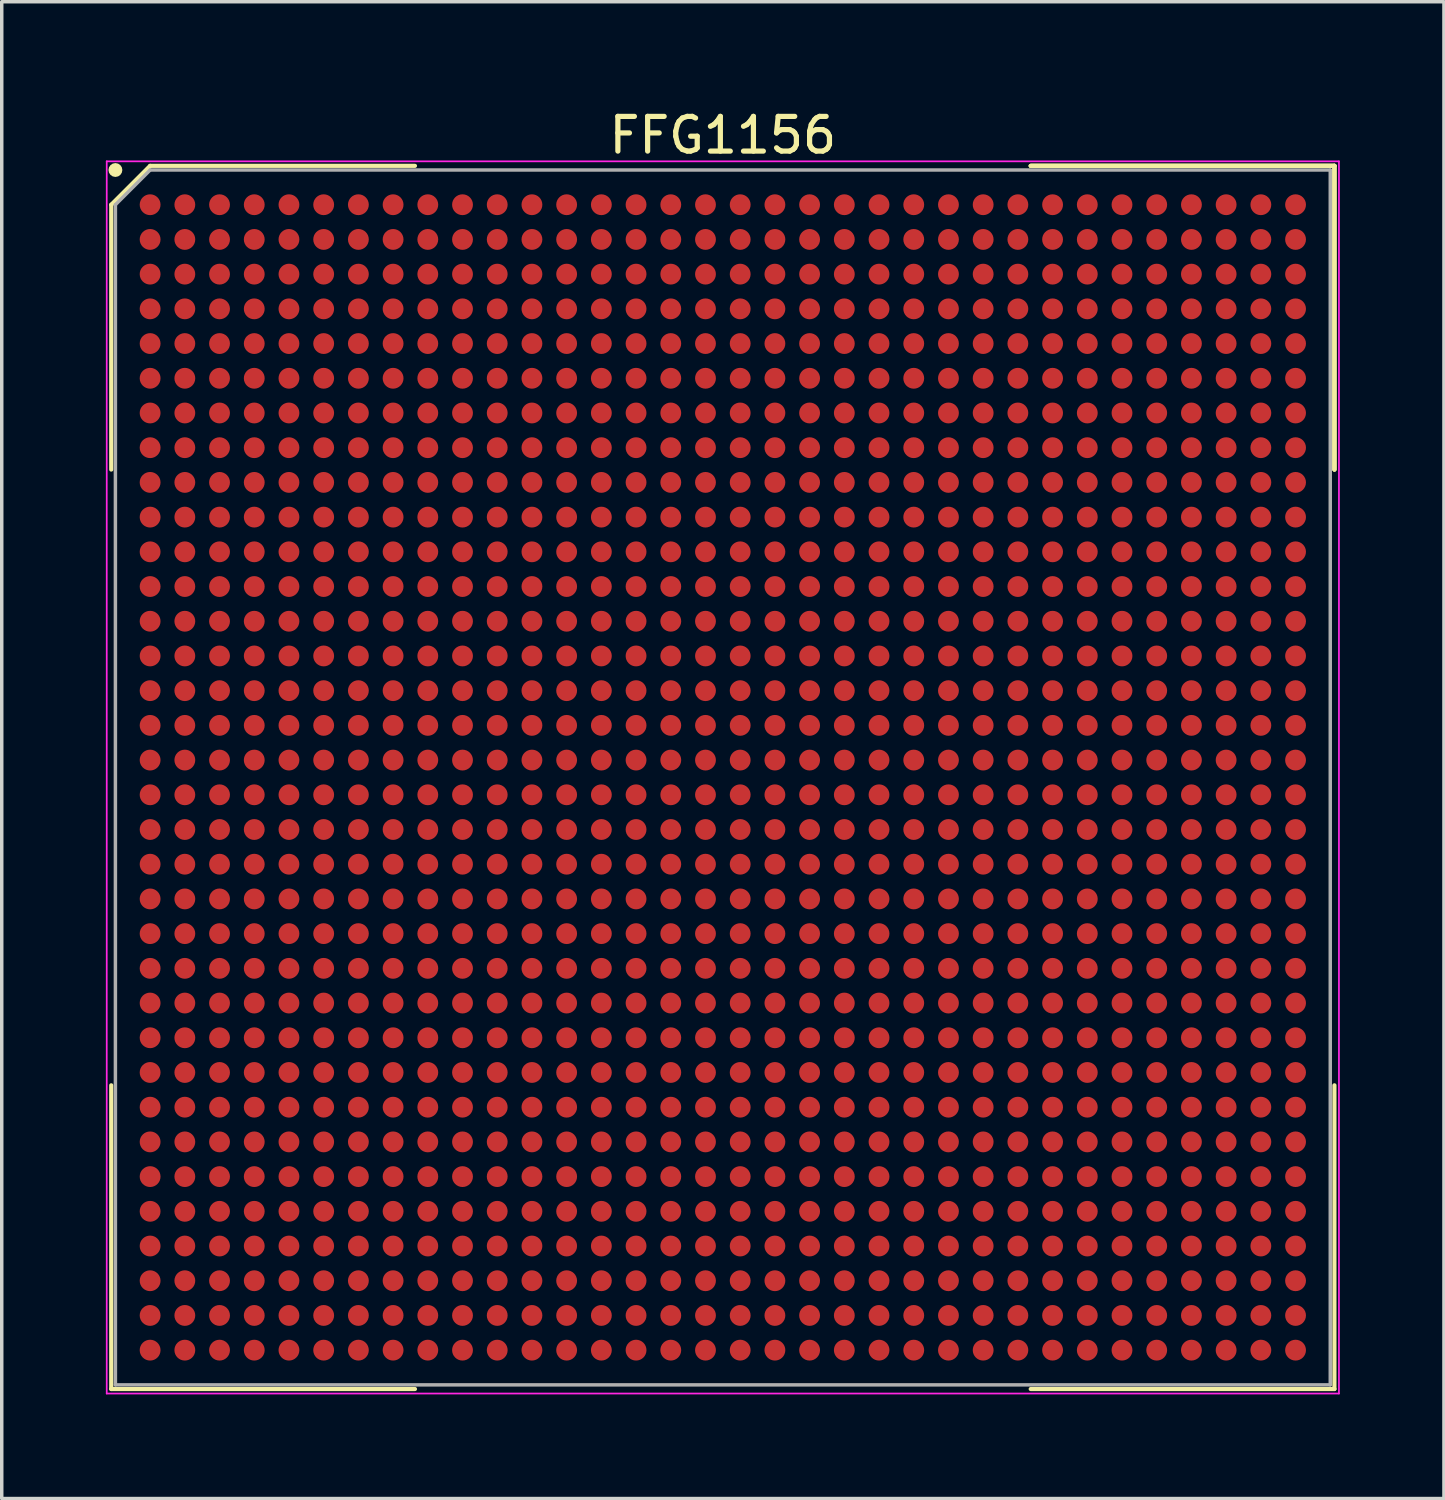
<source format=kicad_pcb>
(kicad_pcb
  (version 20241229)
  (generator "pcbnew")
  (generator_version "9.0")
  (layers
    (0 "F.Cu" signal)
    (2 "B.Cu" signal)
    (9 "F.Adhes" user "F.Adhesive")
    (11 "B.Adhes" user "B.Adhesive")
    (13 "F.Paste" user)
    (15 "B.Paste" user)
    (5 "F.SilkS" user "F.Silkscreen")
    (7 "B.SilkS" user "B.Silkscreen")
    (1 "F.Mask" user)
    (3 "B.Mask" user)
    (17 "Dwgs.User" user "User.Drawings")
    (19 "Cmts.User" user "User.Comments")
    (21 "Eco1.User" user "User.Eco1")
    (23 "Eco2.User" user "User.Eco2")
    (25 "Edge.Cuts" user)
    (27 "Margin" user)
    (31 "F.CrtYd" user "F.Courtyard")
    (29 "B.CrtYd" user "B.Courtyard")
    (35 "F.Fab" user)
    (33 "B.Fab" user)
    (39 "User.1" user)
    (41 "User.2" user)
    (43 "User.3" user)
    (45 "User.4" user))
  (footprint "FFG1156"
    (layer "F.Cu")
    (at 17.775 19.348)
    (property "Reference" "FFG1156" (at 0 -18.5 0) (layer "F.SilkS") (effects (font (size 1 1) (thickness 0.15))))
    (attr smd)
    (fp_line (start -17.62 -16.5) (end -17.62 -8.87) (stroke (width 0.12) (type solid)) (layer "F.SilkS"))
    (fp_line (start -17.62 17.62) (end -17.62 8.87) (stroke (width 0.12) (type solid)) (layer "F.SilkS"))
    (fp_line (start -16.5 -17.62) (end -17.62 -16.5) (stroke (width 0.12) (type solid)) (layer "F.SilkS"))
    (fp_line (start -8.87 -17.62) (end -16.5 -17.62) (stroke (width 0.12) (type solid)) (layer "F.SilkS"))
    (fp_line (start -8.87 17.62) (end -17.62 17.62) (stroke (width 0.12) (type solid)) (layer "F.SilkS"))
    (fp_line (start 8.87 -17.62) (end 17.62 -17.62) (stroke (width 0.12) (type solid)) (layer "F.SilkS"))
    (fp_line (start 8.87 -17.62) (end 17.62 -17.62) (stroke (width 0.12) (type solid)) (layer "F.SilkS"))
    (fp_line (start 8.87 -17.62) (end 17.62 -17.62) (stroke (width 0.12) (type solid)) (layer "F.SilkS"))
    (fp_line (start 8.87 17.62) (end 17.62 17.62) (stroke (width 0.12) (type solid)) (layer "F.SilkS"))
    (fp_line (start 17.62 -17.62) (end 17.62 -8.87) (stroke (width 0.12) (type solid)) (layer "F.SilkS"))
    (fp_line (start 17.62 -17.62) (end 17.62 -8.87) (stroke (width 0.12) (type solid)) (layer "F.SilkS"))
    (fp_line (start 17.62 -17.62) (end 17.62 -8.87) (stroke (width 0.12) (type solid)) (layer "F.SilkS"))
    (fp_line (start 17.62 17.62) (end 17.62 8.87) (stroke (width 0.12) (type solid)) (layer "F.SilkS"))
    (fp_circle (center -17.5 -17.5) (end -17.5 -17.4) (stroke (width 0.2) (type solid)) (fill no) (layer "F.SilkS"))
    (fp_line (start -17.75 -17.75) (end 17.75 -17.75) (stroke (width 0.05) (type solid)) (layer "F.CrtYd"))
    (fp_line (start -17.75 17.75) (end -17.75 -17.75) (stroke (width 0.05) (type solid)) (layer "F.CrtYd"))
    (fp_line (start 17.75 -17.75) (end 17.75 17.75) (stroke (width 0.05) (type solid)) (layer "F.CrtYd"))
    (fp_line (start 17.75 17.75) (end -17.75 17.75) (stroke (width 0.05) (type solid)) (layer "F.CrtYd"))
    (fp_line (start -17.5 -16.5) (end -17.5 17.5) (stroke (width 0.1) (type solid)) (layer "F.Fab"))
    (fp_line (start -17.5 17.5) (end 17.5 17.5) (stroke (width 0.1) (type solid)) (layer "F.Fab"))
    (fp_line (start -16.5 -17.5) (end -17.5 -16.5) (stroke (width 0.1) (type solid)) (layer "F.Fab"))
    (fp_line (start 17.5 -17.5) (end -16.5 -17.5) (stroke (width 0.1) (type solid)) (layer "F.Fab"))
    (fp_line (start 17.5 17.5) (end 17.5 -17.5) (stroke (width 0.1) (type solid)) (layer "F.Fab"))
    (pad "A1" smd circle (at -16.5 -16.5) (size 0.6 0.6) (layers "F.Cu" "F.Mask" "F.Paste"))
    (pad "A2" smd circle (at -15.5 -16.5) (size 0.6 0.6) (layers "F.Cu" "F.Mask" "F.Paste"))
    (pad "A3" smd circle (at -14.5 -16.5) (size 0.6 0.6) (layers "F.Cu" "F.Mask" "F.Paste"))
    (pad "A4" smd circle (at -13.5 -16.5) (size 0.6 0.6) (layers "F.Cu" "F.Mask" "F.Paste"))
    (pad "A5" smd circle (at -12.5 -16.5) (size 0.6 0.6) (layers "F.Cu" "F.Mask" "F.Paste"))
    (pad "A6" smd circle (at -11.5 -16.5) (size 0.6 0.6) (layers "F.Cu" "F.Mask" "F.Paste"))
    (pad "A7" smd circle (at -10.5 -16.5) (size 0.6 0.6) (layers "F.Cu" "F.Mask" "F.Paste"))
    (pad "A8" smd circle (at -9.5 -16.5) (size 0.6 0.6) (layers "F.Cu" "F.Mask" "F.Paste"))
    (pad "A9" smd circle (at -8.5 -16.5) (size 0.6 0.6) (layers "F.Cu" "F.Mask" "F.Paste"))
    (pad "A10" smd circle (at -7.5 -16.5) (size 0.6 0.6) (layers "F.Cu" "F.Mask" "F.Paste"))
    (pad "A11" smd circle (at -6.5 -16.5) (size 0.6 0.6) (layers "F.Cu" "F.Mask" "F.Paste"))
    (pad "A12" smd circle (at -5.5 -16.5) (size 0.6 0.6) (layers "F.Cu" "F.Mask" "F.Paste"))
    (pad "A13" smd circle (at -4.5 -16.5) (size 0.6 0.6) (layers "F.Cu" "F.Mask" "F.Paste"))
    (pad "A14" smd circle (at -3.5 -16.5) (size 0.6 0.6) (layers "F.Cu" "F.Mask" "F.Paste"))
    (pad "A15" smd circle (at -2.5 -16.5) (size 0.6 0.6) (layers "F.Cu" "F.Mask" "F.Paste"))
    (pad "A16" smd circle (at -1.5 -16.5) (size 0.6 0.6) (layers "F.Cu" "F.Mask" "F.Paste"))
    (pad "A17" smd circle (at -0.5 -16.5) (size 0.6 0.6) (layers "F.Cu" "F.Mask" "F.Paste"))
    (pad "A18" smd circle (at 0.5 -16.5) (size 0.6 0.6) (layers "F.Cu" "F.Mask" "F.Paste"))
    (pad "A19" smd circle (at 1.5 -16.5) (size 0.6 0.6) (layers "F.Cu" "F.Mask" "F.Paste"))
    (pad "A20" smd circle (at 2.5 -16.5) (size 0.6 0.6) (layers "F.Cu" "F.Mask" "F.Paste"))
    (pad "A21" smd circle (at 3.5 -16.5) (size 0.6 0.6) (layers "F.Cu" "F.Mask" "F.Paste"))
    (pad "A22" smd circle (at 4.5 -16.5) (size 0.6 0.6) (layers "F.Cu" "F.Mask" "F.Paste"))
    (pad "A23" smd circle (at 5.5 -16.5) (size 0.6 0.6) (layers "F.Cu" "F.Mask" "F.Paste"))
    (pad "A24" smd circle (at 6.5 -16.5) (size 0.6 0.6) (layers "F.Cu" "F.Mask" "F.Paste"))
    (pad "A25" smd circle (at 7.5 -16.5) (size 0.6 0.6) (layers "F.Cu" "F.Mask" "F.Paste"))
    (pad "A26" smd circle (at 8.5 -16.5) (size 0.6 0.6) (layers "F.Cu" "F.Mask" "F.Paste"))
    (pad "A27" smd circle (at 9.5 -16.5) (size 0.6 0.6) (layers "F.Cu" "F.Mask" "F.Paste"))
    (pad "A28" smd circle (at 10.5 -16.5) (size 0.6 0.6) (layers "F.Cu" "F.Mask" "F.Paste"))
    (pad "A29" smd circle (at 11.5 -16.5) (size 0.6 0.6) (layers "F.Cu" "F.Mask" "F.Paste"))
    (pad "A30" smd circle (at 12.5 -16.5) (size 0.6 0.6) (layers "F.Cu" "F.Mask" "F.Paste"))
    (pad "A31" smd circle (at 13.5 -16.5) (size 0.6 0.6) (layers "F.Cu" "F.Mask" "F.Paste"))
    (pad "A32" smd circle (at 14.5 -16.5) (size 0.6 0.6) (layers "F.Cu" "F.Mask" "F.Paste"))
    (pad "A33" smd circle (at 15.5 -16.5) (size 0.6 0.6) (layers "F.Cu" "F.Mask" "F.Paste"))
    (pad "A34" smd circle (at 16.5 -16.5) (size 0.6 0.6) (layers "F.Cu" "F.Mask" "F.Paste"))
    (pad "AA1" smd circle (at -16.5 3.5) (size 0.6 0.6) (layers "F.Cu" "F.Mask" "F.Paste"))
    (pad "AA2" smd circle (at -15.5 3.5) (size 0.6 0.6) (layers "F.Cu" "F.Mask" "F.Paste"))
    (pad "AA3" smd circle (at -14.5 3.5) (size 0.6 0.6) (layers "F.Cu" "F.Mask" "F.Paste"))
    (pad "AA4" smd circle (at -13.5 3.5) (size 0.6 0.6) (layers "F.Cu" "F.Mask" "F.Paste"))
    (pad "AA5" smd circle (at -12.5 3.5) (size 0.6 0.6) (layers "F.Cu" "F.Mask" "F.Paste"))
    (pad "AA6" smd circle (at -11.5 3.5) (size 0.6 0.6) (layers "F.Cu" "F.Mask" "F.Paste"))
    (pad "AA7" smd circle (at -10.5 3.5) (size 0.6 0.6) (layers "F.Cu" "F.Mask" "F.Paste"))
    (pad "AA8" smd circle (at -9.5 3.5) (size 0.6 0.6) (layers "F.Cu" "F.Mask" "F.Paste"))
    (pad "AA9" smd circle (at -8.5 3.5) (size 0.6 0.6) (layers "F.Cu" "F.Mask" "F.Paste"))
    (pad "AA10" smd circle (at -7.5 3.5) (size 0.6 0.6) (layers "F.Cu" "F.Mask" "F.Paste"))
    (pad "AA11" smd circle (at -6.5 3.5) (size 0.6 0.6) (layers "F.Cu" "F.Mask" "F.Paste"))
    (pad "AA12" smd circle (at -5.5 3.5) (size 0.6 0.6) (layers "F.Cu" "F.Mask" "F.Paste"))
    (pad "AA13" smd circle (at -4.5 3.5) (size 0.6 0.6) (layers "F.Cu" "F.Mask" "F.Paste"))
    (pad "AA14" smd circle (at -3.5 3.5) (size 0.6 0.6) (layers "F.Cu" "F.Mask" "F.Paste"))
    (pad "AA15" smd circle (at -2.5 3.5) (size 0.6 0.6) (layers "F.Cu" "F.Mask" "F.Paste"))
    (pad "AA16" smd circle (at -1.5 3.5) (size 0.6 0.6) (layers "F.Cu" "F.Mask" "F.Paste"))
    (pad "AA17" smd circle (at -0.5 3.5) (size 0.6 0.6) (layers "F.Cu" "F.Mask" "F.Paste"))
    (pad "AA18" smd circle (at 0.5 3.5) (size 0.6 0.6) (layers "F.Cu" "F.Mask" "F.Paste"))
    (pad "AA19" smd circle (at 1.5 3.5) (size 0.6 0.6) (layers "F.Cu" "F.Mask" "F.Paste"))
    (pad "AA20" smd circle (at 2.5 3.5) (size 0.6 0.6) (layers "F.Cu" "F.Mask" "F.Paste"))
    (pad "AA21" smd circle (at 3.5 3.5) (size 0.6 0.6) (layers "F.Cu" "F.Mask" "F.Paste"))
    (pad "AA22" smd circle (at 4.5 3.5) (size 0.6 0.6) (layers "F.Cu" "F.Mask" "F.Paste"))
    (pad "AA23" smd circle (at 5.5 3.5) (size 0.6 0.6) (layers "F.Cu" "F.Mask" "F.Paste"))
    (pad "AA24" smd circle (at 6.5 3.5) (size 0.6 0.6) (layers "F.Cu" "F.Mask" "F.Paste"))
    (pad "AA25" smd circle (at 7.5 3.5) (size 0.6 0.6) (layers "F.Cu" "F.Mask" "F.Paste"))
    (pad "AA26" smd circle (at 8.5 3.5) (size 0.6 0.6) (layers "F.Cu" "F.Mask" "F.Paste"))
    (pad "AA27" smd circle (at 9.5 3.5) (size 0.6 0.6) (layers "F.Cu" "F.Mask" "F.Paste"))
    (pad "AA28" smd circle (at 10.5 3.5) (size 0.6 0.6) (layers "F.Cu" "F.Mask" "F.Paste"))
    (pad "AA29" smd circle (at 11.5 3.5) (size 0.6 0.6) (layers "F.Cu" "F.Mask" "F.Paste"))
    (pad "AA30" smd circle (at 12.5 3.5) (size 0.6 0.6) (layers "F.Cu" "F.Mask" "F.Paste"))
    (pad "AA31" smd circle (at 13.5 3.5) (size 0.6 0.6) (layers "F.Cu" "F.Mask" "F.Paste"))
    (pad "AA32" smd circle (at 14.5 3.5) (size 0.6 0.6) (layers "F.Cu" "F.Mask" "F.Paste"))
    (pad "AA33" smd circle (at 15.5 3.5) (size 0.6 0.6) (layers "F.Cu" "F.Mask" "F.Paste"))
    (pad "AA34" smd circle (at 16.5 3.5) (size 0.6 0.6) (layers "F.Cu" "F.Mask" "F.Paste"))
    (pad "AB1" smd circle (at -16.5 4.5) (size 0.6 0.6) (layers "F.Cu" "F.Mask" "F.Paste"))
    (pad "AB2" smd circle (at -15.5 4.5) (size 0.6 0.6) (layers "F.Cu" "F.Mask" "F.Paste"))
    (pad "AB3" smd circle (at -14.5 4.5) (size 0.6 0.6) (layers "F.Cu" "F.Mask" "F.Paste"))
    (pad "AB4" smd circle (at -13.5 4.5) (size 0.6 0.6) (layers "F.Cu" "F.Mask" "F.Paste"))
    (pad "AB5" smd circle (at -12.5 4.5) (size 0.6 0.6) (layers "F.Cu" "F.Mask" "F.Paste"))
    (pad "AB6" smd circle (at -11.5 4.5) (size 0.6 0.6) (layers "F.Cu" "F.Mask" "F.Paste"))
    (pad "AB7" smd circle (at -10.5 4.5) (size 0.6 0.6) (layers "F.Cu" "F.Mask" "F.Paste"))
    (pad "AB8" smd circle (at -9.5 4.5) (size 0.6 0.6) (layers "F.Cu" "F.Mask" "F.Paste"))
    (pad "AB9" smd circle (at -8.5 4.5) (size 0.6 0.6) (layers "F.Cu" "F.Mask" "F.Paste"))
    (pad "AB10" smd circle (at -7.5 4.5) (size 0.6 0.6) (layers "F.Cu" "F.Mask" "F.Paste"))
    (pad "AB11" smd circle (at -6.5 4.5) (size 0.6 0.6) (layers "F.Cu" "F.Mask" "F.Paste"))
    (pad "AB12" smd circle (at -5.5 4.5) (size 0.6 0.6) (layers "F.Cu" "F.Mask" "F.Paste"))
    (pad "AB13" smd circle (at -4.5 4.5) (size 0.6 0.6) (layers "F.Cu" "F.Mask" "F.Paste"))
    (pad "AB14" smd circle (at -3.5 4.5) (size 0.6 0.6) (layers "F.Cu" "F.Mask" "F.Paste"))
    (pad "AB15" smd circle (at -2.5 4.5) (size 0.6 0.6) (layers "F.Cu" "F.Mask" "F.Paste"))
    (pad "AB16" smd circle (at -1.5 4.5) (size 0.6 0.6) (layers "F.Cu" "F.Mask" "F.Paste"))
    (pad "AB17" smd circle (at -0.5 4.5) (size 0.6 0.6) (layers "F.Cu" "F.Mask" "F.Paste"))
    (pad "AB18" smd circle (at 0.5 4.5) (size 0.6 0.6) (layers "F.Cu" "F.Mask" "F.Paste"))
    (pad "AB19" smd circle (at 1.5 4.5) (size 0.6 0.6) (layers "F.Cu" "F.Mask" "F.Paste"))
    (pad "AB20" smd circle (at 2.5 4.5) (size 0.6 0.6) (layers "F.Cu" "F.Mask" "F.Paste"))
    (pad "AB21" smd circle (at 3.5 4.5) (size 0.6 0.6) (layers "F.Cu" "F.Mask" "F.Paste"))
    (pad "AB22" smd circle (at 4.5 4.5) (size 0.6 0.6) (layers "F.Cu" "F.Mask" "F.Paste"))
    (pad "AB23" smd circle (at 5.5 4.5) (size 0.6 0.6) (layers "F.Cu" "F.Mask" "F.Paste"))
    (pad "AB24" smd circle (at 6.5 4.5) (size 0.6 0.6) (layers "F.Cu" "F.Mask" "F.Paste"))
    (pad "AB25" smd circle (at 7.5 4.5) (size 0.6 0.6) (layers "F.Cu" "F.Mask" "F.Paste"))
    (pad "AB26" smd circle (at 8.5 4.5) (size 0.6 0.6) (layers "F.Cu" "F.Mask" "F.Paste"))
    (pad "AB27" smd circle (at 9.5 4.5) (size 0.6 0.6) (layers "F.Cu" "F.Mask" "F.Paste"))
    (pad "AB28" smd circle (at 10.5 4.5) (size 0.6 0.6) (layers "F.Cu" "F.Mask" "F.Paste"))
    (pad "AB29" smd circle (at 11.5 4.5) (size 0.6 0.6) (layers "F.Cu" "F.Mask" "F.Paste"))
    (pad "AB30" smd circle (at 12.5 4.5) (size 0.6 0.6) (layers "F.Cu" "F.Mask" "F.Paste"))
    (pad "AB31" smd circle (at 13.5 4.5) (size 0.6 0.6) (layers "F.Cu" "F.Mask" "F.Paste"))
    (pad "AB32" smd circle (at 14.5 4.5) (size 0.6 0.6) (layers "F.Cu" "F.Mask" "F.Paste"))
    (pad "AB33" smd circle (at 15.5 4.5) (size 0.6 0.6) (layers "F.Cu" "F.Mask" "F.Paste"))
    (pad "AB34" smd circle (at 16.5 4.5) (size 0.6 0.6) (layers "F.Cu" "F.Mask" "F.Paste"))
    (pad "AC1" smd circle (at -16.5 5.5) (size 0.6 0.6) (layers "F.Cu" "F.Mask" "F.Paste"))
    (pad "AC2" smd circle (at -15.5 5.5) (size 0.6 0.6) (layers "F.Cu" "F.Mask" "F.Paste"))
    (pad "AC3" smd circle (at -14.5 5.5) (size 0.6 0.6) (layers "F.Cu" "F.Mask" "F.Paste"))
    (pad "AC4" smd circle (at -13.5 5.5) (size 0.6 0.6) (layers "F.Cu" "F.Mask" "F.Paste"))
    (pad "AC5" smd circle (at -12.5 5.5) (size 0.6 0.6) (layers "F.Cu" "F.Mask" "F.Paste"))
    (pad "AC6" smd circle (at -11.5 5.5) (size 0.6 0.6) (layers "F.Cu" "F.Mask" "F.Paste"))
    (pad "AC7" smd circle (at -10.5 5.5) (size 0.6 0.6) (layers "F.Cu" "F.Mask" "F.Paste"))
    (pad "AC8" smd circle (at -9.5 5.5) (size 0.6 0.6) (layers "F.Cu" "F.Mask" "F.Paste"))
    (pad "AC9" smd circle (at -8.5 5.5) (size 0.6 0.6) (layers "F.Cu" "F.Mask" "F.Paste"))
    (pad "AC10" smd circle (at -7.5 5.5) (size 0.6 0.6) (layers "F.Cu" "F.Mask" "F.Paste"))
    (pad "AC11" smd circle (at -6.5 5.5) (size 0.6 0.6) (layers "F.Cu" "F.Mask" "F.Paste"))
    (pad "AC12" smd circle (at -5.5 5.5) (size 0.6 0.6) (layers "F.Cu" "F.Mask" "F.Paste"))
    (pad "AC13" smd circle (at -4.5 5.5) (size 0.6 0.6) (layers "F.Cu" "F.Mask" "F.Paste"))
    (pad "AC14" smd circle (at -3.5 5.5) (size 0.6 0.6) (layers "F.Cu" "F.Mask" "F.Paste"))
    (pad "AC15" smd circle (at -2.5 5.5) (size 0.6 0.6) (layers "F.Cu" "F.Mask" "F.Paste"))
    (pad "AC16" smd circle (at -1.5 5.5) (size 0.6 0.6) (layers "F.Cu" "F.Mask" "F.Paste"))
    (pad "AC17" smd circle (at -0.5 5.5) (size 0.6 0.6) (layers "F.Cu" "F.Mask" "F.Paste"))
    (pad "AC18" smd circle (at 0.5 5.5) (size 0.6 0.6) (layers "F.Cu" "F.Mask" "F.Paste"))
    (pad "AC19" smd circle (at 1.5 5.5) (size 0.6 0.6) (layers "F.Cu" "F.Mask" "F.Paste"))
    (pad "AC20" smd circle (at 2.5 5.5) (size 0.6 0.6) (layers "F.Cu" "F.Mask" "F.Paste"))
    (pad "AC21" smd circle (at 3.5 5.5) (size 0.6 0.6) (layers "F.Cu" "F.Mask" "F.Paste"))
    (pad "AC22" smd circle (at 4.5 5.5) (size 0.6 0.6) (layers "F.Cu" "F.Mask" "F.Paste"))
    (pad "AC23" smd circle (at 5.5 5.5) (size 0.6 0.6) (layers "F.Cu" "F.Mask" "F.Paste"))
    (pad "AC24" smd circle (at 6.5 5.5) (size 0.6 0.6) (layers "F.Cu" "F.Mask" "F.Paste"))
    (pad "AC25" smd circle (at 7.5 5.5) (size 0.6 0.6) (layers "F.Cu" "F.Mask" "F.Paste"))
    (pad "AC26" smd circle (at 8.5 5.5) (size 0.6 0.6) (layers "F.Cu" "F.Mask" "F.Paste"))
    (pad "AC27" smd circle (at 9.5 5.5) (size 0.6 0.6) (layers "F.Cu" "F.Mask" "F.Paste"))
    (pad "AC28" smd circle (at 10.5 5.5) (size 0.6 0.6) (layers "F.Cu" "F.Mask" "F.Paste"))
    (pad "AC29" smd circle (at 11.5 5.5) (size 0.6 0.6) (layers "F.Cu" "F.Mask" "F.Paste"))
    (pad "AC30" smd circle (at 12.5 5.5) (size 0.6 0.6) (layers "F.Cu" "F.Mask" "F.Paste"))
    (pad "AC31" smd circle (at 13.5 5.5) (size 0.6 0.6) (layers "F.Cu" "F.Mask" "F.Paste"))
    (pad "AC32" smd circle (at 14.5 5.5) (size 0.6 0.6) (layers "F.Cu" "F.Mask" "F.Paste"))
    (pad "AC33" smd circle (at 15.5 5.5) (size 0.6 0.6) (layers "F.Cu" "F.Mask" "F.Paste"))
    (pad "AC34" smd circle (at 16.5 5.5) (size 0.6 0.6) (layers "F.Cu" "F.Mask" "F.Paste"))
    (pad "AD1" smd circle (at -16.5 6.5) (size 0.6 0.6) (layers "F.Cu" "F.Mask" "F.Paste"))
    (pad "AD2" smd circle (at -15.5 6.5) (size 0.6 0.6) (layers "F.Cu" "F.Mask" "F.Paste"))
    (pad "AD3" smd circle (at -14.5 6.5) (size 0.6 0.6) (layers "F.Cu" "F.Mask" "F.Paste"))
    (pad "AD4" smd circle (at -13.5 6.5) (size 0.6 0.6) (layers "F.Cu" "F.Mask" "F.Paste"))
    (pad "AD5" smd circle (at -12.5 6.5) (size 0.6 0.6) (layers "F.Cu" "F.Mask" "F.Paste"))
    (pad "AD6" smd circle (at -11.5 6.5) (size 0.6 0.6) (layers "F.Cu" "F.Mask" "F.Paste"))
    (pad "AD7" smd circle (at -10.5 6.5) (size 0.6 0.6) (layers "F.Cu" "F.Mask" "F.Paste"))
    (pad "AD8" smd circle (at -9.5 6.5) (size 0.6 0.6) (layers "F.Cu" "F.Mask" "F.Paste"))
    (pad "AD9" smd circle (at -8.5 6.5) (size 0.6 0.6) (layers "F.Cu" "F.Mask" "F.Paste"))
    (pad "AD10" smd circle (at -7.5 6.5) (size 0.6 0.6) (layers "F.Cu" "F.Mask" "F.Paste"))
    (pad "AD11" smd circle (at -6.5 6.5) (size 0.6 0.6) (layers "F.Cu" "F.Mask" "F.Paste"))
    (pad "AD12" smd circle (at -5.5 6.5) (size 0.6 0.6) (layers "F.Cu" "F.Mask" "F.Paste"))
    (pad "AD13" smd circle (at -4.5 6.5) (size 0.6 0.6) (layers "F.Cu" "F.Mask" "F.Paste"))
    (pad "AD14" smd circle (at -3.5 6.5) (size 0.6 0.6) (layers "F.Cu" "F.Mask" "F.Paste"))
    (pad "AD15" smd circle (at -2.5 6.5) (size 0.6 0.6) (layers "F.Cu" "F.Mask" "F.Paste"))
    (pad "AD16" smd circle (at -1.5 6.5) (size 0.6 0.6) (layers "F.Cu" "F.Mask" "F.Paste"))
    (pad "AD17" smd circle (at -0.5 6.5) (size 0.6 0.6) (layers "F.Cu" "F.Mask" "F.Paste"))
    (pad "AD18" smd circle (at 0.5 6.5) (size 0.6 0.6) (layers "F.Cu" "F.Mask" "F.Paste"))
    (pad "AD19" smd circle (at 1.5 6.5) (size 0.6 0.6) (layers "F.Cu" "F.Mask" "F.Paste"))
    (pad "AD20" smd circle (at 2.5 6.5) (size 0.6 0.6) (layers "F.Cu" "F.Mask" "F.Paste"))
    (pad "AD21" smd circle (at 3.5 6.5) (size 0.6 0.6) (layers "F.Cu" "F.Mask" "F.Paste"))
    (pad "AD22" smd circle (at 4.5 6.5) (size 0.6 0.6) (layers "F.Cu" "F.Mask" "F.Paste"))
    (pad "AD23" smd circle (at 5.5 6.5) (size 0.6 0.6) (layers "F.Cu" "F.Mask" "F.Paste"))
    (pad "AD24" smd circle (at 6.5 6.5) (size 0.6 0.6) (layers "F.Cu" "F.Mask" "F.Paste"))
    (pad "AD25" smd circle (at 7.5 6.5) (size 0.6 0.6) (layers "F.Cu" "F.Mask" "F.Paste"))
    (pad "AD26" smd circle (at 8.5 6.5) (size 0.6 0.6) (layers "F.Cu" "F.Mask" "F.Paste"))
    (pad "AD27" smd circle (at 9.5 6.5) (size 0.6 0.6) (layers "F.Cu" "F.Mask" "F.Paste"))
    (pad "AD28" smd circle (at 10.5 6.5) (size 0.6 0.6) (layers "F.Cu" "F.Mask" "F.Paste"))
    (pad "AD29" smd circle (at 11.5 6.5) (size 0.6 0.6) (layers "F.Cu" "F.Mask" "F.Paste"))
    (pad "AD30" smd circle (at 12.5 6.5) (size 0.6 0.6) (layers "F.Cu" "F.Mask" "F.Paste"))
    (pad "AD31" smd circle (at 13.5 6.5) (size 0.6 0.6) (layers "F.Cu" "F.Mask" "F.Paste"))
    (pad "AD32" smd circle (at 14.5 6.5) (size 0.6 0.6) (layers "F.Cu" "F.Mask" "F.Paste"))
    (pad "AD33" smd circle (at 15.5 6.5) (size 0.6 0.6) (layers "F.Cu" "F.Mask" "F.Paste"))
    (pad "AD34" smd circle (at 16.5 6.5) (size 0.6 0.6) (layers "F.Cu" "F.Mask" "F.Paste"))
    (pad "AE1" smd circle (at -16.5 7.5) (size 0.6 0.6) (layers "F.Cu" "F.Mask" "F.Paste"))
    (pad "AE2" smd circle (at -15.5 7.5) (size 0.6 0.6) (layers "F.Cu" "F.Mask" "F.Paste"))
    (pad "AE3" smd circle (at -14.5 7.5) (size 0.6 0.6) (layers "F.Cu" "F.Mask" "F.Paste"))
    (pad "AE4" smd circle (at -13.5 7.5) (size 0.6 0.6) (layers "F.Cu" "F.Mask" "F.Paste"))
    (pad "AE5" smd circle (at -12.5 7.5) (size 0.6 0.6) (layers "F.Cu" "F.Mask" "F.Paste"))
    (pad "AE6" smd circle (at -11.5 7.5) (size 0.6 0.6) (layers "F.Cu" "F.Mask" "F.Paste"))
    (pad "AE7" smd circle (at -10.5 7.5) (size 0.6 0.6) (layers "F.Cu" "F.Mask" "F.Paste"))
    (pad "AE8" smd circle (at -9.5 7.5) (size 0.6 0.6) (layers "F.Cu" "F.Mask" "F.Paste"))
    (pad "AE9" smd circle (at -8.5 7.5) (size 0.6 0.6) (layers "F.Cu" "F.Mask" "F.Paste"))
    (pad "AE10" smd circle (at -7.5 7.5) (size 0.6 0.6) (layers "F.Cu" "F.Mask" "F.Paste"))
    (pad "AE11" smd circle (at -6.5 7.5) (size 0.6 0.6) (layers "F.Cu" "F.Mask" "F.Paste"))
    (pad "AE12" smd circle (at -5.5 7.5) (size 0.6 0.6) (layers "F.Cu" "F.Mask" "F.Paste"))
    (pad "AE13" smd circle (at -4.5 7.5) (size 0.6 0.6) (layers "F.Cu" "F.Mask" "F.Paste"))
    (pad "AE14" smd circle (at -3.5 7.5) (size 0.6 0.6) (layers "F.Cu" "F.Mask" "F.Paste"))
    (pad "AE15" smd circle (at -2.5 7.5) (size 0.6 0.6) (layers "F.Cu" "F.Mask" "F.Paste"))
    (pad "AE16" smd circle (at -1.5 7.5) (size 0.6 0.6) (layers "F.Cu" "F.Mask" "F.Paste"))
    (pad "AE17" smd circle (at -0.5 7.5) (size 0.6 0.6) (layers "F.Cu" "F.Mask" "F.Paste"))
    (pad "AE18" smd circle (at 0.5 7.5) (size 0.6 0.6) (layers "F.Cu" "F.Mask" "F.Paste"))
    (pad "AE19" smd circle (at 1.5 7.5) (size 0.6 0.6) (layers "F.Cu" "F.Mask" "F.Paste"))
    (pad "AE20" smd circle (at 2.5 7.5) (size 0.6 0.6) (layers "F.Cu" "F.Mask" "F.Paste"))
    (pad "AE21" smd circle (at 3.5 7.5) (size 0.6 0.6) (layers "F.Cu" "F.Mask" "F.Paste"))
    (pad "AE22" smd circle (at 4.5 7.5) (size 0.6 0.6) (layers "F.Cu" "F.Mask" "F.Paste"))
    (pad "AE23" smd circle (at 5.5 7.5) (size 0.6 0.6) (layers "F.Cu" "F.Mask" "F.Paste"))
    (pad "AE24" smd circle (at 6.5 7.5) (size 0.6 0.6) (layers "F.Cu" "F.Mask" "F.Paste"))
    (pad "AE25" smd circle (at 7.5 7.5) (size 0.6 0.6) (layers "F.Cu" "F.Mask" "F.Paste"))
    (pad "AE26" smd circle (at 8.5 7.5) (size 0.6 0.6) (layers "F.Cu" "F.Mask" "F.Paste"))
    (pad "AE27" smd circle (at 9.5 7.5) (size 0.6 0.6) (layers "F.Cu" "F.Mask" "F.Paste"))
    (pad "AE28" smd circle (at 10.5 7.5) (size 0.6 0.6) (layers "F.Cu" "F.Mask" "F.Paste"))
    (pad "AE29" smd circle (at 11.5 7.5) (size 0.6 0.6) (layers "F.Cu" "F.Mask" "F.Paste"))
    (pad "AE30" smd circle (at 12.5 7.5) (size 0.6 0.6) (layers "F.Cu" "F.Mask" "F.Paste"))
    (pad "AE31" smd circle (at 13.5 7.5) (size 0.6 0.6) (layers "F.Cu" "F.Mask" "F.Paste"))
    (pad "AE32" smd circle (at 14.5 7.5) (size 0.6 0.6) (layers "F.Cu" "F.Mask" "F.Paste"))
    (pad "AE33" smd circle (at 15.5 7.5) (size 0.6 0.6) (layers "F.Cu" "F.Mask" "F.Paste"))
    (pad "AE34" smd circle (at 16.5 7.5) (size 0.6 0.6) (layers "F.Cu" "F.Mask" "F.Paste"))
    (pad "AF1" smd circle (at -16.5 8.5) (size 0.6 0.6) (layers "F.Cu" "F.Mask" "F.Paste"))
    (pad "AF2" smd circle (at -15.5 8.5) (size 0.6 0.6) (layers "F.Cu" "F.Mask" "F.Paste"))
    (pad "AF3" smd circle (at -14.5 8.5) (size 0.6 0.6) (layers "F.Cu" "F.Mask" "F.Paste"))
    (pad "AF4" smd circle (at -13.5 8.5) (size 0.6 0.6) (layers "F.Cu" "F.Mask" "F.Paste"))
    (pad "AF5" smd circle (at -12.5 8.5) (size 0.6 0.6) (layers "F.Cu" "F.Mask" "F.Paste"))
    (pad "AF6" smd circle (at -11.5 8.5) (size 0.6 0.6) (layers "F.Cu" "F.Mask" "F.Paste"))
    (pad "AF7" smd circle (at -10.5 8.5) (size 0.6 0.6) (layers "F.Cu" "F.Mask" "F.Paste"))
    (pad "AF8" smd circle (at -9.5 8.5) (size 0.6 0.6) (layers "F.Cu" "F.Mask" "F.Paste"))
    (pad "AF9" smd circle (at -8.5 8.5) (size 0.6 0.6) (layers "F.Cu" "F.Mask" "F.Paste"))
    (pad "AF10" smd circle (at -7.5 8.5) (size 0.6 0.6) (layers "F.Cu" "F.Mask" "F.Paste"))
    (pad "AF11" smd circle (at -6.5 8.5) (size 0.6 0.6) (layers "F.Cu" "F.Mask" "F.Paste"))
    (pad "AF12" smd circle (at -5.5 8.5) (size 0.6 0.6) (layers "F.Cu" "F.Mask" "F.Paste"))
    (pad "AF13" smd circle (at -4.5 8.5) (size 0.6 0.6) (layers "F.Cu" "F.Mask" "F.Paste"))
    (pad "AF14" smd circle (at -3.5 8.5) (size 0.6 0.6) (layers "F.Cu" "F.Mask" "F.Paste"))
    (pad "AF15" smd circle (at -2.5 8.5) (size 0.6 0.6) (layers "F.Cu" "F.Mask" "F.Paste"))
    (pad "AF16" smd circle (at -1.5 8.5) (size 0.6 0.6) (layers "F.Cu" "F.Mask" "F.Paste"))
    (pad "AF17" smd circle (at -0.5 8.5) (size 0.6 0.6) (layers "F.Cu" "F.Mask" "F.Paste"))
    (pad "AF18" smd circle (at 0.5 8.5) (size 0.6 0.6) (layers "F.Cu" "F.Mask" "F.Paste"))
    (pad "AF19" smd circle (at 1.5 8.5) (size 0.6 0.6) (layers "F.Cu" "F.Mask" "F.Paste"))
    (pad "AF20" smd circle (at 2.5 8.5) (size 0.6 0.6) (layers "F.Cu" "F.Mask" "F.Paste"))
    (pad "AF21" smd circle (at 3.5 8.5) (size 0.6 0.6) (layers "F.Cu" "F.Mask" "F.Paste"))
    (pad "AF22" smd circle (at 4.5 8.5) (size 0.6 0.6) (layers "F.Cu" "F.Mask" "F.Paste"))
    (pad "AF23" smd circle (at 5.5 8.5) (size 0.6 0.6) (layers "F.Cu" "F.Mask" "F.Paste"))
    (pad "AF24" smd circle (at 6.5 8.5) (size 0.6 0.6) (layers "F.Cu" "F.Mask" "F.Paste"))
    (pad "AF25" smd circle (at 7.5 8.5) (size 0.6 0.6) (layers "F.Cu" "F.Mask" "F.Paste"))
    (pad "AF26" smd circle (at 8.5 8.5) (size 0.6 0.6) (layers "F.Cu" "F.Mask" "F.Paste"))
    (pad "AF27" smd circle (at 9.5 8.5) (size 0.6 0.6) (layers "F.Cu" "F.Mask" "F.Paste"))
    (pad "AF28" smd circle (at 10.5 8.5) (size 0.6 0.6) (layers "F.Cu" "F.Mask" "F.Paste"))
    (pad "AF29" smd circle (at 11.5 8.5) (size 0.6 0.6) (layers "F.Cu" "F.Mask" "F.Paste"))
    (pad "AF30" smd circle (at 12.5 8.5) (size 0.6 0.6) (layers "F.Cu" "F.Mask" "F.Paste"))
    (pad "AF31" smd circle (at 13.5 8.5) (size 0.6 0.6) (layers "F.Cu" "F.Mask" "F.Paste"))
    (pad "AF32" smd circle (at 14.5 8.5) (size 0.6 0.6) (layers "F.Cu" "F.Mask" "F.Paste"))
    (pad "AF33" smd circle (at 15.5 8.5) (size 0.6 0.6) (layers "F.Cu" "F.Mask" "F.Paste"))
    (pad "AF34" smd circle (at 16.5 8.5) (size 0.6 0.6) (layers "F.Cu" "F.Mask" "F.Paste"))
    (pad "AG1" smd circle (at -16.5 9.5) (size 0.6 0.6) (layers "F.Cu" "F.Mask" "F.Paste"))
    (pad "AG2" smd circle (at -15.5 9.5) (size 0.6 0.6) (layers "F.Cu" "F.Mask" "F.Paste"))
    (pad "AG3" smd circle (at -14.5 9.5) (size 0.6 0.6) (layers "F.Cu" "F.Mask" "F.Paste"))
    (pad "AG4" smd circle (at -13.5 9.5) (size 0.6 0.6) (layers "F.Cu" "F.Mask" "F.Paste"))
    (pad "AG5" smd circle (at -12.5 9.5) (size 0.6 0.6) (layers "F.Cu" "F.Mask" "F.Paste"))
    (pad "AG6" smd circle (at -11.5 9.5) (size 0.6 0.6) (layers "F.Cu" "F.Mask" "F.Paste"))
    (pad "AG7" smd circle (at -10.5 9.5) (size 0.6 0.6) (layers "F.Cu" "F.Mask" "F.Paste"))
    (pad "AG8" smd circle (at -9.5 9.5) (size 0.6 0.6) (layers "F.Cu" "F.Mask" "F.Paste"))
    (pad "AG9" smd circle (at -8.5 9.5) (size 0.6 0.6) (layers "F.Cu" "F.Mask" "F.Paste"))
    (pad "AG10" smd circle (at -7.5 9.5) (size 0.6 0.6) (layers "F.Cu" "F.Mask" "F.Paste"))
    (pad "AG11" smd circle (at -6.5 9.5) (size 0.6 0.6) (layers "F.Cu" "F.Mask" "F.Paste"))
    (pad "AG12" smd circle (at -5.5 9.5) (size 0.6 0.6) (layers "F.Cu" "F.Mask" "F.Paste"))
    (pad "AG13" smd circle (at -4.5 9.5) (size 0.6 0.6) (layers "F.Cu" "F.Mask" "F.Paste"))
    (pad "AG14" smd circle (at -3.5 9.5) (size 0.6 0.6) (layers "F.Cu" "F.Mask" "F.Paste"))
    (pad "AG15" smd circle (at -2.5 9.5) (size 0.6 0.6) (layers "F.Cu" "F.Mask" "F.Paste"))
    (pad "AG16" smd circle (at -1.5 9.5) (size 0.6 0.6) (layers "F.Cu" "F.Mask" "F.Paste"))
    (pad "AG17" smd circle (at -0.5 9.5) (size 0.6 0.6) (layers "F.Cu" "F.Mask" "F.Paste"))
    (pad "AG18" smd circle (at 0.5 9.5) (size 0.6 0.6) (layers "F.Cu" "F.Mask" "F.Paste"))
    (pad "AG19" smd circle (at 1.5 9.5) (size 0.6 0.6) (layers "F.Cu" "F.Mask" "F.Paste"))
    (pad "AG20" smd circle (at 2.5 9.5) (size 0.6 0.6) (layers "F.Cu" "F.Mask" "F.Paste"))
    (pad "AG21" smd circle (at 3.5 9.5) (size 0.6 0.6) (layers "F.Cu" "F.Mask" "F.Paste"))
    (pad "AG22" smd circle (at 4.5 9.5) (size 0.6 0.6) (layers "F.Cu" "F.Mask" "F.Paste"))
    (pad "AG23" smd circle (at 5.5 9.5) (size 0.6 0.6) (layers "F.Cu" "F.Mask" "F.Paste"))
    (pad "AG24" smd circle (at 6.5 9.5) (size 0.6 0.6) (layers "F.Cu" "F.Mask" "F.Paste"))
    (pad "AG25" smd circle (at 7.5 9.5) (size 0.6 0.6) (layers "F.Cu" "F.Mask" "F.Paste"))
    (pad "AG26" smd circle (at 8.5 9.5) (size 0.6 0.6) (layers "F.Cu" "F.Mask" "F.Paste"))
    (pad "AG27" smd circle (at 9.5 9.5) (size 0.6 0.6) (layers "F.Cu" "F.Mask" "F.Paste"))
    (pad "AG28" smd circle (at 10.5 9.5) (size 0.6 0.6) (layers "F.Cu" "F.Mask" "F.Paste"))
    (pad "AG29" smd circle (at 11.5 9.5) (size 0.6 0.6) (layers "F.Cu" "F.Mask" "F.Paste"))
    (pad "AG30" smd circle (at 12.5 9.5) (size 0.6 0.6) (layers "F.Cu" "F.Mask" "F.Paste"))
    (pad "AG31" smd circle (at 13.5 9.5) (size 0.6 0.6) (layers "F.Cu" "F.Mask" "F.Paste"))
    (pad "AG32" smd circle (at 14.5 9.5) (size 0.6 0.6) (layers "F.Cu" "F.Mask" "F.Paste"))
    (pad "AG33" smd circle (at 15.5 9.5) (size 0.6 0.6) (layers "F.Cu" "F.Mask" "F.Paste"))
    (pad "AG34" smd circle (at 16.5 9.5) (size 0.6 0.6) (layers "F.Cu" "F.Mask" "F.Paste"))
    (pad "AH1" smd circle (at -16.5 10.5) (size 0.6 0.6) (layers "F.Cu" "F.Mask" "F.Paste"))
    (pad "AH2" smd circle (at -15.5 10.5) (size 0.6 0.6) (layers "F.Cu" "F.Mask" "F.Paste"))
    (pad "AH3" smd circle (at -14.5 10.5) (size 0.6 0.6) (layers "F.Cu" "F.Mask" "F.Paste"))
    (pad "AH4" smd circle (at -13.5 10.5) (size 0.6 0.6) (layers "F.Cu" "F.Mask" "F.Paste"))
    (pad "AH5" smd circle (at -12.5 10.5) (size 0.6 0.6) (layers "F.Cu" "F.Mask" "F.Paste"))
    (pad "AH6" smd circle (at -11.5 10.5) (size 0.6 0.6) (layers "F.Cu" "F.Mask" "F.Paste"))
    (pad "AH7" smd circle (at -10.5 10.5) (size 0.6 0.6) (layers "F.Cu" "F.Mask" "F.Paste"))
    (pad "AH8" smd circle (at -9.5 10.5) (size 0.6 0.6) (layers "F.Cu" "F.Mask" "F.Paste"))
    (pad "AH9" smd circle (at -8.5 10.5) (size 0.6 0.6) (layers "F.Cu" "F.Mask" "F.Paste"))
    (pad "AH10" smd circle (at -7.5 10.5) (size 0.6 0.6) (layers "F.Cu" "F.Mask" "F.Paste"))
    (pad "AH11" smd circle (at -6.5 10.5) (size 0.6 0.6) (layers "F.Cu" "F.Mask" "F.Paste"))
    (pad "AH12" smd circle (at -5.5 10.5) (size 0.6 0.6) (layers "F.Cu" "F.Mask" "F.Paste"))
    (pad "AH13" smd circle (at -4.5 10.5) (size 0.6 0.6) (layers "F.Cu" "F.Mask" "F.Paste"))
    (pad "AH14" smd circle (at -3.5 10.5) (size 0.6 0.6) (layers "F.Cu" "F.Mask" "F.Paste"))
    (pad "AH15" smd circle (at -2.5 10.5) (size 0.6 0.6) (layers "F.Cu" "F.Mask" "F.Paste"))
    (pad "AH16" smd circle (at -1.5 10.5) (size 0.6 0.6) (layers "F.Cu" "F.Mask" "F.Paste"))
    (pad "AH17" smd circle (at -0.5 10.5) (size 0.6 0.6) (layers "F.Cu" "F.Mask" "F.Paste"))
    (pad "AH18" smd circle (at 0.5 10.5) (size 0.6 0.6) (layers "F.Cu" "F.Mask" "F.Paste"))
    (pad "AH19" smd circle (at 1.5 10.5) (size 0.6 0.6) (layers "F.Cu" "F.Mask" "F.Paste"))
    (pad "AH20" smd circle (at 2.5 10.5) (size 0.6 0.6) (layers "F.Cu" "F.Mask" "F.Paste"))
    (pad "AH21" smd circle (at 3.5 10.5) (size 0.6 0.6) (layers "F.Cu" "F.Mask" "F.Paste"))
    (pad "AH22" smd circle (at 4.5 10.5) (size 0.6 0.6) (layers "F.Cu" "F.Mask" "F.Paste"))
    (pad "AH23" smd circle (at 5.5 10.5) (size 0.6 0.6) (layers "F.Cu" "F.Mask" "F.Paste"))
    (pad "AH24" smd circle (at 6.5 10.5) (size 0.6 0.6) (layers "F.Cu" "F.Mask" "F.Paste"))
    (pad "AH25" smd circle (at 7.5 10.5) (size 0.6 0.6) (layers "F.Cu" "F.Mask" "F.Paste"))
    (pad "AH26" smd circle (at 8.5 10.5) (size 0.6 0.6) (layers "F.Cu" "F.Mask" "F.Paste"))
    (pad "AH27" smd circle (at 9.5 10.5) (size 0.6 0.6) (layers "F.Cu" "F.Mask" "F.Paste"))
    (pad "AH28" smd circle (at 10.5 10.5) (size 0.6 0.6) (layers "F.Cu" "F.Mask" "F.Paste"))
    (pad "AH29" smd circle (at 11.5 10.5) (size 0.6 0.6) (layers "F.Cu" "F.Mask" "F.Paste"))
    (pad "AH30" smd circle (at 12.5 10.5) (size 0.6 0.6) (layers "F.Cu" "F.Mask" "F.Paste"))
    (pad "AH31" smd circle (at 13.5 10.5) (size 0.6 0.6) (layers "F.Cu" "F.Mask" "F.Paste"))
    (pad "AH32" smd circle (at 14.5 10.5) (size 0.6 0.6) (layers "F.Cu" "F.Mask" "F.Paste"))
    (pad "AH33" smd circle (at 15.5 10.5) (size 0.6 0.6) (layers "F.Cu" "F.Mask" "F.Paste"))
    (pad "AH34" smd circle (at 16.5 10.5) (size 0.6 0.6) (layers "F.Cu" "F.Mask" "F.Paste"))
    (pad "AJ1" smd circle (at -16.5 11.5) (size 0.6 0.6) (layers "F.Cu" "F.Mask" "F.Paste"))
    (pad "AJ2" smd circle (at -15.5 11.5) (size 0.6 0.6) (layers "F.Cu" "F.Mask" "F.Paste"))
    (pad "AJ3" smd circle (at -14.5 11.5) (size 0.6 0.6) (layers "F.Cu" "F.Mask" "F.Paste"))
    (pad "AJ4" smd circle (at -13.5 11.5) (size 0.6 0.6) (layers "F.Cu" "F.Mask" "F.Paste"))
    (pad "AJ5" smd circle (at -12.5 11.5) (size 0.6 0.6) (layers "F.Cu" "F.Mask" "F.Paste"))
    (pad "AJ6" smd circle (at -11.5 11.5) (size 0.6 0.6) (layers "F.Cu" "F.Mask" "F.Paste"))
    (pad "AJ7" smd circle (at -10.5 11.5) (size 0.6 0.6) (layers "F.Cu" "F.Mask" "F.Paste"))
    (pad "AJ8" smd circle (at -9.5 11.5) (size 0.6 0.6) (layers "F.Cu" "F.Mask" "F.Paste"))
    (pad "AJ9" smd circle (at -8.5 11.5) (size 0.6 0.6) (layers "F.Cu" "F.Mask" "F.Paste"))
    (pad "AJ10" smd circle (at -7.5 11.5) (size 0.6 0.6) (layers "F.Cu" "F.Mask" "F.Paste"))
    (pad "AJ11" smd circle (at -6.5 11.5) (size 0.6 0.6) (layers "F.Cu" "F.Mask" "F.Paste"))
    (pad "AJ12" smd circle (at -5.5 11.5) (size 0.6 0.6) (layers "F.Cu" "F.Mask" "F.Paste"))
    (pad "AJ13" smd circle (at -4.5 11.5) (size 0.6 0.6) (layers "F.Cu" "F.Mask" "F.Paste"))
    (pad "AJ14" smd circle (at -3.5 11.5) (size 0.6 0.6) (layers "F.Cu" "F.Mask" "F.Paste"))
    (pad "AJ15" smd circle (at -2.5 11.5) (size 0.6 0.6) (layers "F.Cu" "F.Mask" "F.Paste"))
    (pad "AJ16" smd circle (at -1.5 11.5) (size 0.6 0.6) (layers "F.Cu" "F.Mask" "F.Paste"))
    (pad "AJ17" smd circle (at -0.5 11.5) (size 0.6 0.6) (layers "F.Cu" "F.Mask" "F.Paste"))
    (pad "AJ18" smd circle (at 0.5 11.5) (size 0.6 0.6) (layers "F.Cu" "F.Mask" "F.Paste"))
    (pad "AJ19" smd circle (at 1.5 11.5) (size 0.6 0.6) (layers "F.Cu" "F.Mask" "F.Paste"))
    (pad "AJ20" smd circle (at 2.5 11.5) (size 0.6 0.6) (layers "F.Cu" "F.Mask" "F.Paste"))
    (pad "AJ21" smd circle (at 3.5 11.5) (size 0.6 0.6) (layers "F.Cu" "F.Mask" "F.Paste"))
    (pad "AJ22" smd circle (at 4.5 11.5) (size 0.6 0.6) (layers "F.Cu" "F.Mask" "F.Paste"))
    (pad "AJ23" smd circle (at 5.5 11.5) (size 0.6 0.6) (layers "F.Cu" "F.Mask" "F.Paste"))
    (pad "AJ24" smd circle (at 6.5 11.5) (size 0.6 0.6) (layers "F.Cu" "F.Mask" "F.Paste"))
    (pad "AJ25" smd circle (at 7.5 11.5) (size 0.6 0.6) (layers "F.Cu" "F.Mask" "F.Paste"))
    (pad "AJ26" smd circle (at 8.5 11.5) (size 0.6 0.6) (layers "F.Cu" "F.Mask" "F.Paste"))
    (pad "AJ27" smd circle (at 9.5 11.5) (size 0.6 0.6) (layers "F.Cu" "F.Mask" "F.Paste"))
    (pad "AJ28" smd circle (at 10.5 11.5) (size 0.6 0.6) (layers "F.Cu" "F.Mask" "F.Paste"))
    (pad "AJ29" smd circle (at 11.5 11.5) (size 0.6 0.6) (layers "F.Cu" "F.Mask" "F.Paste"))
    (pad "AJ30" smd circle (at 12.5 11.5) (size 0.6 0.6) (layers "F.Cu" "F.Mask" "F.Paste"))
    (pad "AJ31" smd circle (at 13.5 11.5) (size 0.6 0.6) (layers "F.Cu" "F.Mask" "F.Paste"))
    (pad "AJ32" smd circle (at 14.5 11.5) (size 0.6 0.6) (layers "F.Cu" "F.Mask" "F.Paste"))
    (pad "AJ33" smd circle (at 15.5 11.5) (size 0.6 0.6) (layers "F.Cu" "F.Mask" "F.Paste"))
    (pad "AJ34" smd circle (at 16.5 11.5) (size 0.6 0.6) (layers "F.Cu" "F.Mask" "F.Paste"))
    (pad "AK1" smd circle (at -16.5 12.5) (size 0.6 0.6) (layers "F.Cu" "F.Mask" "F.Paste"))
    (pad "AK2" smd circle (at -15.5 12.5) (size 0.6 0.6) (layers "F.Cu" "F.Mask" "F.Paste"))
    (pad "AK3" smd circle (at -14.5 12.5) (size 0.6 0.6) (layers "F.Cu" "F.Mask" "F.Paste"))
    (pad "AK4" smd circle (at -13.5 12.5) (size 0.6 0.6) (layers "F.Cu" "F.Mask" "F.Paste"))
    (pad "AK5" smd circle (at -12.5 12.5) (size 0.6 0.6) (layers "F.Cu" "F.Mask" "F.Paste"))
    (pad "AK6" smd circle (at -11.5 12.5) (size 0.6 0.6) (layers "F.Cu" "F.Mask" "F.Paste"))
    (pad "AK7" smd circle (at -10.5 12.5) (size 0.6 0.6) (layers "F.Cu" "F.Mask" "F.Paste"))
    (pad "AK8" smd circle (at -9.5 12.5) (size 0.6 0.6) (layers "F.Cu" "F.Mask" "F.Paste"))
    (pad "AK9" smd circle (at -8.5 12.5) (size 0.6 0.6) (layers "F.Cu" "F.Mask" "F.Paste"))
    (pad "AK10" smd circle (at -7.5 12.5) (size 0.6 0.6) (layers "F.Cu" "F.Mask" "F.Paste"))
    (pad "AK11" smd circle (at -6.5 12.5) (size 0.6 0.6) (layers "F.Cu" "F.Mask" "F.Paste"))
    (pad "AK12" smd circle (at -5.5 12.5) (size 0.6 0.6) (layers "F.Cu" "F.Mask" "F.Paste"))
    (pad "AK13" smd circle (at -4.5 12.5) (size 0.6 0.6) (layers "F.Cu" "F.Mask" "F.Paste"))
    (pad "AK14" smd circle (at -3.5 12.5) (size 0.6 0.6) (layers "F.Cu" "F.Mask" "F.Paste"))
    (pad "AK15" smd circle (at -2.5 12.5) (size 0.6 0.6) (layers "F.Cu" "F.Mask" "F.Paste"))
    (pad "AK16" smd circle (at -1.5 12.5) (size 0.6 0.6) (layers "F.Cu" "F.Mask" "F.Paste"))
    (pad "AK17" smd circle (at -0.5 12.5) (size 0.6 0.6) (layers "F.Cu" "F.Mask" "F.Paste"))
    (pad "AK18" smd circle (at 0.5 12.5) (size 0.6 0.6) (layers "F.Cu" "F.Mask" "F.Paste"))
    (pad "AK19" smd circle (at 1.5 12.5) (size 0.6 0.6) (layers "F.Cu" "F.Mask" "F.Paste"))
    (pad "AK20" smd circle (at 2.5 12.5) (size 0.6 0.6) (layers "F.Cu" "F.Mask" "F.Paste"))
    (pad "AK21" smd circle (at 3.5 12.5) (size 0.6 0.6) (layers "F.Cu" "F.Mask" "F.Paste"))
    (pad "AK22" smd circle (at 4.5 12.5) (size 0.6 0.6) (layers "F.Cu" "F.Mask" "F.Paste"))
    (pad "AK23" smd circle (at 5.5 12.5) (size 0.6 0.6) (layers "F.Cu" "F.Mask" "F.Paste"))
    (pad "AK24" smd circle (at 6.5 12.5) (size 0.6 0.6) (layers "F.Cu" "F.Mask" "F.Paste"))
    (pad "AK25" smd circle (at 7.5 12.5) (size 0.6 0.6) (layers "F.Cu" "F.Mask" "F.Paste"))
    (pad "AK26" smd circle (at 8.5 12.5) (size 0.6 0.6) (layers "F.Cu" "F.Mask" "F.Paste"))
    (pad "AK27" smd circle (at 9.5 12.5) (size 0.6 0.6) (layers "F.Cu" "F.Mask" "F.Paste"))
    (pad "AK28" smd circle (at 10.5 12.5) (size 0.6 0.6) (layers "F.Cu" "F.Mask" "F.Paste"))
    (pad "AK29" smd circle (at 11.5 12.5) (size 0.6 0.6) (layers "F.Cu" "F.Mask" "F.Paste"))
    (pad "AK30" smd circle (at 12.5 12.5) (size 0.6 0.6) (layers "F.Cu" "F.Mask" "F.Paste"))
    (pad "AK31" smd circle (at 13.5 12.5) (size 0.6 0.6) (layers "F.Cu" "F.Mask" "F.Paste"))
    (pad "AK32" smd circle (at 14.5 12.5) (size 0.6 0.6) (layers "F.Cu" "F.Mask" "F.Paste"))
    (pad "AK33" smd circle (at 15.5 12.5) (size 0.6 0.6) (layers "F.Cu" "F.Mask" "F.Paste"))
    (pad "AK34" smd circle (at 16.5 12.5) (size 0.6 0.6) (layers "F.Cu" "F.Mask" "F.Paste"))
    (pad "AL1" smd circle (at -16.5 13.5) (size 0.6 0.6) (layers "F.Cu" "F.Mask" "F.Paste"))
    (pad "AL2" smd circle (at -15.5 13.5) (size 0.6 0.6) (layers "F.Cu" "F.Mask" "F.Paste"))
    (pad "AL3" smd circle (at -14.5 13.5) (size 0.6 0.6) (layers "F.Cu" "F.Mask" "F.Paste"))
    (pad "AL4" smd circle (at -13.5 13.5) (size 0.6 0.6) (layers "F.Cu" "F.Mask" "F.Paste"))
    (pad "AL5" smd circle (at -12.5 13.5) (size 0.6 0.6) (layers "F.Cu" "F.Mask" "F.Paste"))
    (pad "AL6" smd circle (at -11.5 13.5) (size 0.6 0.6) (layers "F.Cu" "F.Mask" "F.Paste"))
    (pad "AL7" smd circle (at -10.5 13.5) (size 0.6 0.6) (layers "F.Cu" "F.Mask" "F.Paste"))
    (pad "AL8" smd circle (at -9.5 13.5) (size 0.6 0.6) (layers "F.Cu" "F.Mask" "F.Paste"))
    (pad "AL9" smd circle (at -8.5 13.5) (size 0.6 0.6) (layers "F.Cu" "F.Mask" "F.Paste"))
    (pad "AL10" smd circle (at -7.5 13.5) (size 0.6 0.6) (layers "F.Cu" "F.Mask" "F.Paste"))
    (pad "AL11" smd circle (at -6.5 13.5) (size 0.6 0.6) (layers "F.Cu" "F.Mask" "F.Paste"))
    (pad "AL12" smd circle (at -5.5 13.5) (size 0.6 0.6) (layers "F.Cu" "F.Mask" "F.Paste"))
    (pad "AL13" smd circle (at -4.5 13.5) (size 0.6 0.6) (layers "F.Cu" "F.Mask" "F.Paste"))
    (pad "AL14" smd circle (at -3.5 13.5) (size 0.6 0.6) (layers "F.Cu" "F.Mask" "F.Paste"))
    (pad "AL15" smd circle (at -2.5 13.5) (size 0.6 0.6) (layers "F.Cu" "F.Mask" "F.Paste"))
    (pad "AL16" smd circle (at -1.5 13.5) (size 0.6 0.6) (layers "F.Cu" "F.Mask" "F.Paste"))
    (pad "AL17" smd circle (at -0.5 13.5) (size 0.6 0.6) (layers "F.Cu" "F.Mask" "F.Paste"))
    (pad "AL18" smd circle (at 0.5 13.5) (size 0.6 0.6) (layers "F.Cu" "F.Mask" "F.Paste"))
    (pad "AL19" smd circle (at 1.5 13.5) (size 0.6 0.6) (layers "F.Cu" "F.Mask" "F.Paste"))
    (pad "AL20" smd circle (at 2.5 13.5) (size 0.6 0.6) (layers "F.Cu" "F.Mask" "F.Paste"))
    (pad "AL21" smd circle (at 3.5 13.5) (size 0.6 0.6) (layers "F.Cu" "F.Mask" "F.Paste"))
    (pad "AL22" smd circle (at 4.5 13.5) (size 0.6 0.6) (layers "F.Cu" "F.Mask" "F.Paste"))
    (pad "AL23" smd circle (at 5.5 13.5) (size 0.6 0.6) (layers "F.Cu" "F.Mask" "F.Paste"))
    (pad "AL24" smd circle (at 6.5 13.5) (size 0.6 0.6) (layers "F.Cu" "F.Mask" "F.Paste"))
    (pad "AL25" smd circle (at 7.5 13.5) (size 0.6 0.6) (layers "F.Cu" "F.Mask" "F.Paste"))
    (pad "AL26" smd circle (at 8.5 13.5) (size 0.6 0.6) (layers "F.Cu" "F.Mask" "F.Paste"))
    (pad "AL27" smd circle (at 9.5 13.5) (size 0.6 0.6) (layers "F.Cu" "F.Mask" "F.Paste"))
    (pad "AL28" smd circle (at 10.5 13.5) (size 0.6 0.6) (layers "F.Cu" "F.Mask" "F.Paste"))
    (pad "AL29" smd circle (at 11.5 13.5) (size 0.6 0.6) (layers "F.Cu" "F.Mask" "F.Paste"))
    (pad "AL30" smd circle (at 12.5 13.5) (size 0.6 0.6) (layers "F.Cu" "F.Mask" "F.Paste"))
    (pad "AL31" smd circle (at 13.5 13.5) (size 0.6 0.6) (layers "F.Cu" "F.Mask" "F.Paste"))
    (pad "AL32" smd circle (at 14.5 13.5) (size 0.6 0.6) (layers "F.Cu" "F.Mask" "F.Paste"))
    (pad "AL33" smd circle (at 15.5 13.5) (size 0.6 0.6) (layers "F.Cu" "F.Mask" "F.Paste"))
    (pad "AL34" smd circle (at 16.5 13.5) (size 0.6 0.6) (layers "F.Cu" "F.Mask" "F.Paste"))
    (pad "AM1" smd circle (at -16.5 14.5) (size 0.6 0.6) (layers "F.Cu" "F.Mask" "F.Paste"))
    (pad "AM2" smd circle (at -15.5 14.5) (size 0.6 0.6) (layers "F.Cu" "F.Mask" "F.Paste"))
    (pad "AM3" smd circle (at -14.5 14.5) (size 0.6 0.6) (layers "F.Cu" "F.Mask" "F.Paste"))
    (pad "AM4" smd circle (at -13.5 14.5) (size 0.6 0.6) (layers "F.Cu" "F.Mask" "F.Paste"))
    (pad "AM5" smd circle (at -12.5 14.5) (size 0.6 0.6) (layers "F.Cu" "F.Mask" "F.Paste"))
    (pad "AM6" smd circle (at -11.5 14.5) (size 0.6 0.6) (layers "F.Cu" "F.Mask" "F.Paste"))
    (pad "AM7" smd circle (at -10.5 14.5) (size 0.6 0.6) (layers "F.Cu" "F.Mask" "F.Paste"))
    (pad "AM8" smd circle (at -9.5 14.5) (size 0.6 0.6) (layers "F.Cu" "F.Mask" "F.Paste"))
    (pad "AM9" smd circle (at -8.5 14.5) (size 0.6 0.6) (layers "F.Cu" "F.Mask" "F.Paste"))
    (pad "AM10" smd circle (at -7.5 14.5) (size 0.6 0.6) (layers "F.Cu" "F.Mask" "F.Paste"))
    (pad "AM11" smd circle (at -6.5 14.5) (size 0.6 0.6) (layers "F.Cu" "F.Mask" "F.Paste"))
    (pad "AM12" smd circle (at -5.5 14.5) (size 0.6 0.6) (layers "F.Cu" "F.Mask" "F.Paste"))
    (pad "AM13" smd circle (at -4.5 14.5) (size 0.6 0.6) (layers "F.Cu" "F.Mask" "F.Paste"))
    (pad "AM14" smd circle (at -3.5 14.5) (size 0.6 0.6) (layers "F.Cu" "F.Mask" "F.Paste"))
    (pad "AM15" smd circle (at -2.5 14.5) (size 0.6 0.6) (layers "F.Cu" "F.Mask" "F.Paste"))
    (pad "AM16" smd circle (at -1.5 14.5) (size 0.6 0.6) (layers "F.Cu" "F.Mask" "F.Paste"))
    (pad "AM17" smd circle (at -0.5 14.5) (size 0.6 0.6) (layers "F.Cu" "F.Mask" "F.Paste"))
    (pad "AM18" smd circle (at 0.5 14.5) (size 0.6 0.6) (layers "F.Cu" "F.Mask" "F.Paste"))
    (pad "AM19" smd circle (at 1.5 14.5) (size 0.6 0.6) (layers "F.Cu" "F.Mask" "F.Paste"))
    (pad "AM20" smd circle (at 2.5 14.5) (size 0.6 0.6) (layers "F.Cu" "F.Mask" "F.Paste"))
    (pad "AM21" smd circle (at 3.5 14.5) (size 0.6 0.6) (layers "F.Cu" "F.Mask" "F.Paste"))
    (pad "AM22" smd circle (at 4.5 14.5) (size 0.6 0.6) (layers "F.Cu" "F.Mask" "F.Paste"))
    (pad "AM23" smd circle (at 5.5 14.5) (size 0.6 0.6) (layers "F.Cu" "F.Mask" "F.Paste"))
    (pad "AM24" smd circle (at 6.5 14.5) (size 0.6 0.6) (layers "F.Cu" "F.Mask" "F.Paste"))
    (pad "AM25" smd circle (at 7.5 14.5) (size 0.6 0.6) (layers "F.Cu" "F.Mask" "F.Paste"))
    (pad "AM26" smd circle (at 8.5 14.5) (size 0.6 0.6) (layers "F.Cu" "F.Mask" "F.Paste"))
    (pad "AM27" smd circle (at 9.5 14.5) (size 0.6 0.6) (layers "F.Cu" "F.Mask" "F.Paste"))
    (pad "AM28" smd circle (at 10.5 14.5) (size 0.6 0.6) (layers "F.Cu" "F.Mask" "F.Paste"))
    (pad "AM29" smd circle (at 11.5 14.5) (size 0.6 0.6) (layers "F.Cu" "F.Mask" "F.Paste"))
    (pad "AM30" smd circle (at 12.5 14.5) (size 0.6 0.6) (layers "F.Cu" "F.Mask" "F.Paste"))
    (pad "AM31" smd circle (at 13.5 14.5) (size 0.6 0.6) (layers "F.Cu" "F.Mask" "F.Paste"))
    (pad "AM32" smd circle (at 14.5 14.5) (size 0.6 0.6) (layers "F.Cu" "F.Mask" "F.Paste"))
    (pad "AM33" smd circle (at 15.5 14.5) (size 0.6 0.6) (layers "F.Cu" "F.Mask" "F.Paste"))
    (pad "AM34" smd circle (at 16.5 14.5) (size 0.6 0.6) (layers "F.Cu" "F.Mask" "F.Paste"))
    (pad "AN1" smd circle (at -16.5 15.5) (size 0.6 0.6) (layers "F.Cu" "F.Mask" "F.Paste"))
    (pad "AN2" smd circle (at -15.5 15.5) (size 0.6 0.6) (layers "F.Cu" "F.Mask" "F.Paste"))
    (pad "AN3" smd circle (at -14.5 15.5) (size 0.6 0.6) (layers "F.Cu" "F.Mask" "F.Paste"))
    (pad "AN4" smd circle (at -13.5 15.5) (size 0.6 0.6) (layers "F.Cu" "F.Mask" "F.Paste"))
    (pad "AN5" smd circle (at -12.5 15.5) (size 0.6 0.6) (layers "F.Cu" "F.Mask" "F.Paste"))
    (pad "AN6" smd circle (at -11.5 15.5) (size 0.6 0.6) (layers "F.Cu" "F.Mask" "F.Paste"))
    (pad "AN7" smd circle (at -10.5 15.5) (size 0.6 0.6) (layers "F.Cu" "F.Mask" "F.Paste"))
    (pad "AN8" smd circle (at -9.5 15.5) (size 0.6 0.6) (layers "F.Cu" "F.Mask" "F.Paste"))
    (pad "AN9" smd circle (at -8.5 15.5) (size 0.6 0.6) (layers "F.Cu" "F.Mask" "F.Paste"))
    (pad "AN10" smd circle (at -7.5 15.5) (size 0.6 0.6) (layers "F.Cu" "F.Mask" "F.Paste"))
    (pad "AN11" smd circle (at -6.5 15.5) (size 0.6 0.6) (layers "F.Cu" "F.Mask" "F.Paste"))
    (pad "AN12" smd circle (at -5.5 15.5) (size 0.6 0.6) (layers "F.Cu" "F.Mask" "F.Paste"))
    (pad "AN13" smd circle (at -4.5 15.5) (size 0.6 0.6) (layers "F.Cu" "F.Mask" "F.Paste"))
    (pad "AN14" smd circle (at -3.5 15.5) (size 0.6 0.6) (layers "F.Cu" "F.Mask" "F.Paste"))
    (pad "AN15" smd circle (at -2.5 15.5) (size 0.6 0.6) (layers "F.Cu" "F.Mask" "F.Paste"))
    (pad "AN16" smd circle (at -1.5 15.5) (size 0.6 0.6) (layers "F.Cu" "F.Mask" "F.Paste"))
    (pad "AN17" smd circle (at -0.5 15.5) (size 0.6 0.6) (layers "F.Cu" "F.Mask" "F.Paste"))
    (pad "AN18" smd circle (at 0.5 15.5) (size 0.6 0.6) (layers "F.Cu" "F.Mask" "F.Paste"))
    (pad "AN19" smd circle (at 1.5 15.5) (size 0.6 0.6) (layers "F.Cu" "F.Mask" "F.Paste"))
    (pad "AN20" smd circle (at 2.5 15.5) (size 0.6 0.6) (layers "F.Cu" "F.Mask" "F.Paste"))
    (pad "AN21" smd circle (at 3.5 15.5) (size 0.6 0.6) (layers "F.Cu" "F.Mask" "F.Paste"))
    (pad "AN22" smd circle (at 4.5 15.5) (size 0.6 0.6) (layers "F.Cu" "F.Mask" "F.Paste"))
    (pad "AN23" smd circle (at 5.5 15.5) (size 0.6 0.6) (layers "F.Cu" "F.Mask" "F.Paste"))
    (pad "AN24" smd circle (at 6.5 15.5) (size 0.6 0.6) (layers "F.Cu" "F.Mask" "F.Paste"))
    (pad "AN25" smd circle (at 7.5 15.5) (size 0.6 0.6) (layers "F.Cu" "F.Mask" "F.Paste"))
    (pad "AN26" smd circle (at 8.5 15.5) (size 0.6 0.6) (layers "F.Cu" "F.Mask" "F.Paste"))
    (pad "AN27" smd circle (at 9.5 15.5) (size 0.6 0.6) (layers "F.Cu" "F.Mask" "F.Paste"))
    (pad "AN28" smd circle (at 10.5 15.5) (size 0.6 0.6) (layers "F.Cu" "F.Mask" "F.Paste"))
    (pad "AN29" smd circle (at 11.5 15.5) (size 0.6 0.6) (layers "F.Cu" "F.Mask" "F.Paste"))
    (pad "AN30" smd circle (at 12.5 15.5) (size 0.6 0.6) (layers "F.Cu" "F.Mask" "F.Paste"))
    (pad "AN31" smd circle (at 13.5 15.5) (size 0.6 0.6) (layers "F.Cu" "F.Mask" "F.Paste"))
    (pad "AN32" smd circle (at 14.5 15.5) (size 0.6 0.6) (layers "F.Cu" "F.Mask" "F.Paste"))
    (pad "AN33" smd circle (at 15.5 15.5) (size 0.6 0.6) (layers "F.Cu" "F.Mask" "F.Paste"))
    (pad "AN34" smd circle (at 16.5 15.5) (size 0.6 0.6) (layers "F.Cu" "F.Mask" "F.Paste"))
    (pad "AP1" smd circle (at -16.5 16.5) (size 0.6 0.6) (layers "F.Cu" "F.Mask" "F.Paste"))
    (pad "AP2" smd circle (at -15.5 16.5) (size 0.6 0.6) (layers "F.Cu" "F.Mask" "F.Paste"))
    (pad "AP3" smd circle (at -14.5 16.5) (size 0.6 0.6) (layers "F.Cu" "F.Mask" "F.Paste"))
    (pad "AP4" smd circle (at -13.5 16.5) (size 0.6 0.6) (layers "F.Cu" "F.Mask" "F.Paste"))
    (pad "AP5" smd circle (at -12.5 16.5) (size 0.6 0.6) (layers "F.Cu" "F.Mask" "F.Paste"))
    (pad "AP6" smd circle (at -11.5 16.5) (size 0.6 0.6) (layers "F.Cu" "F.Mask" "F.Paste"))
    (pad "AP7" smd circle (at -10.5 16.5) (size 0.6 0.6) (layers "F.Cu" "F.Mask" "F.Paste"))
    (pad "AP8" smd circle (at -9.5 16.5) (size 0.6 0.6) (layers "F.Cu" "F.Mask" "F.Paste"))
    (pad "AP9" smd circle (at -8.5 16.5) (size 0.6 0.6) (layers "F.Cu" "F.Mask" "F.Paste"))
    (pad "AP10" smd circle (at -7.5 16.5) (size 0.6 0.6) (layers "F.Cu" "F.Mask" "F.Paste"))
    (pad "AP11" smd circle (at -6.5 16.5) (size 0.6 0.6) (layers "F.Cu" "F.Mask" "F.Paste"))
    (pad "AP12" smd circle (at -5.5 16.5) (size 0.6 0.6) (layers "F.Cu" "F.Mask" "F.Paste"))
    (pad "AP13" smd circle (at -4.5 16.5) (size 0.6 0.6) (layers "F.Cu" "F.Mask" "F.Paste"))
    (pad "AP14" smd circle (at -3.5 16.5) (size 0.6 0.6) (layers "F.Cu" "F.Mask" "F.Paste"))
    (pad "AP15" smd circle (at -2.5 16.5) (size 0.6 0.6) (layers "F.Cu" "F.Mask" "F.Paste"))
    (pad "AP16" smd circle (at -1.5 16.5) (size 0.6 0.6) (layers "F.Cu" "F.Mask" "F.Paste"))
    (pad "AP17" smd circle (at -0.5 16.5) (size 0.6 0.6) (layers "F.Cu" "F.Mask" "F.Paste"))
    (pad "AP18" smd circle (at 0.5 16.5) (size 0.6 0.6) (layers "F.Cu" "F.Mask" "F.Paste"))
    (pad "AP19" smd circle (at 1.5 16.5) (size 0.6 0.6) (layers "F.Cu" "F.Mask" "F.Paste"))
    (pad "AP20" smd circle (at 2.5 16.5) (size 0.6 0.6) (layers "F.Cu" "F.Mask" "F.Paste"))
    (pad "AP21" smd circle (at 3.5 16.5) (size 0.6 0.6) (layers "F.Cu" "F.Mask" "F.Paste"))
    (pad "AP22" smd circle (at 4.5 16.5) (size 0.6 0.6) (layers "F.Cu" "F.Mask" "F.Paste"))
    (pad "AP23" smd circle (at 5.5 16.5) (size 0.6 0.6) (layers "F.Cu" "F.Mask" "F.Paste"))
    (pad "AP24" smd circle (at 6.5 16.5) (size 0.6 0.6) (layers "F.Cu" "F.Mask" "F.Paste"))
    (pad "AP25" smd circle (at 7.5 16.5) (size 0.6 0.6) (layers "F.Cu" "F.Mask" "F.Paste"))
    (pad "AP26" smd circle (at 8.5 16.5) (size 0.6 0.6) (layers "F.Cu" "F.Mask" "F.Paste"))
    (pad "AP27" smd circle (at 9.5 16.5) (size 0.6 0.6) (layers "F.Cu" "F.Mask" "F.Paste"))
    (pad "AP28" smd circle (at 10.5 16.5) (size 0.6 0.6) (layers "F.Cu" "F.Mask" "F.Paste"))
    (pad "AP29" smd circle (at 11.5 16.5) (size 0.6 0.6) (layers "F.Cu" "F.Mask" "F.Paste"))
    (pad "AP30" smd circle (at 12.5 16.5) (size 0.6 0.6) (layers "F.Cu" "F.Mask" "F.Paste"))
    (pad "AP31" smd circle (at 13.5 16.5) (size 0.6 0.6) (layers "F.Cu" "F.Mask" "F.Paste"))
    (pad "AP32" smd circle (at 14.5 16.5) (size 0.6 0.6) (layers "F.Cu" "F.Mask" "F.Paste"))
    (pad "AP33" smd circle (at 15.5 16.5) (size 0.6 0.6) (layers "F.Cu" "F.Mask" "F.Paste"))
    (pad "AP34" smd circle (at 16.5 16.5) (size 0.6 0.6) (layers "F.Cu" "F.Mask" "F.Paste"))
    (pad "B1" smd circle (at -16.5 -15.5) (size 0.6 0.6) (layers "F.Cu" "F.Mask" "F.Paste"))
    (pad "B2" smd circle (at -15.5 -15.5) (size 0.6 0.6) (layers "F.Cu" "F.Mask" "F.Paste"))
    (pad "B3" smd circle (at -14.5 -15.5) (size 0.6 0.6) (layers "F.Cu" "F.Mask" "F.Paste"))
    (pad "B4" smd circle (at -13.5 -15.5) (size 0.6 0.6) (layers "F.Cu" "F.Mask" "F.Paste"))
    (pad "B5" smd circle (at -12.5 -15.5) (size 0.6 0.6) (layers "F.Cu" "F.Mask" "F.Paste"))
    (pad "B6" smd circle (at -11.5 -15.5) (size 0.6 0.6) (layers "F.Cu" "F.Mask" "F.Paste"))
    (pad "B7" smd circle (at -10.5 -15.5) (size 0.6 0.6) (layers "F.Cu" "F.Mask" "F.Paste"))
    (pad "B8" smd circle (at -9.5 -15.5) (size 0.6 0.6) (layers "F.Cu" "F.Mask" "F.Paste"))
    (pad "B9" smd circle (at -8.5 -15.5) (size 0.6 0.6) (layers "F.Cu" "F.Mask" "F.Paste"))
    (pad "B10" smd circle (at -7.5 -15.5) (size 0.6 0.6) (layers "F.Cu" "F.Mask" "F.Paste"))
    (pad "B11" smd circle (at -6.5 -15.5) (size 0.6 0.6) (layers "F.Cu" "F.Mask" "F.Paste"))
    (pad "B12" smd circle (at -5.5 -15.5) (size 0.6 0.6) (layers "F.Cu" "F.Mask" "F.Paste"))
    (pad "B13" smd circle (at -4.5 -15.5) (size 0.6 0.6) (layers "F.Cu" "F.Mask" "F.Paste"))
    (pad "B14" smd circle (at -3.5 -15.5) (size 0.6 0.6) (layers "F.Cu" "F.Mask" "F.Paste"))
    (pad "B15" smd circle (at -2.5 -15.5) (size 0.6 0.6) (layers "F.Cu" "F.Mask" "F.Paste"))
    (pad "B16" smd circle (at -1.5 -15.5) (size 0.6 0.6) (layers "F.Cu" "F.Mask" "F.Paste"))
    (pad "B17" smd circle (at -0.5 -15.5) (size 0.6 0.6) (layers "F.Cu" "F.Mask" "F.Paste"))
    (pad "B18" smd circle (at 0.5 -15.5) (size 0.6 0.6) (layers "F.Cu" "F.Mask" "F.Paste"))
    (pad "B19" smd circle (at 1.5 -15.5) (size 0.6 0.6) (layers "F.Cu" "F.Mask" "F.Paste"))
    (pad "B20" smd circle (at 2.5 -15.5) (size 0.6 0.6) (layers "F.Cu" "F.Mask" "F.Paste"))
    (pad "B21" smd circle (at 3.5 -15.5) (size 0.6 0.6) (layers "F.Cu" "F.Mask" "F.Paste"))
    (pad "B22" smd circle (at 4.5 -15.5) (size 0.6 0.6) (layers "F.Cu" "F.Mask" "F.Paste"))
    (pad "B23" smd circle (at 5.5 -15.5) (size 0.6 0.6) (layers "F.Cu" "F.Mask" "F.Paste"))
    (pad "B24" smd circle (at 6.5 -15.5) (size 0.6 0.6) (layers "F.Cu" "F.Mask" "F.Paste"))
    (pad "B25" smd circle (at 7.5 -15.5) (size 0.6 0.6) (layers "F.Cu" "F.Mask" "F.Paste"))
    (pad "B26" smd circle (at 8.5 -15.5) (size 0.6 0.6) (layers "F.Cu" "F.Mask" "F.Paste"))
    (pad "B27" smd circle (at 9.5 -15.5) (size 0.6 0.6) (layers "F.Cu" "F.Mask" "F.Paste"))
    (pad "B28" smd circle (at 10.5 -15.5) (size 0.6 0.6) (layers "F.Cu" "F.Mask" "F.Paste"))
    (pad "B29" smd circle (at 11.5 -15.5) (size 0.6 0.6) (layers "F.Cu" "F.Mask" "F.Paste"))
    (pad "B30" smd circle (at 12.5 -15.5) (size 0.6 0.6) (layers "F.Cu" "F.Mask" "F.Paste"))
    (pad "B31" smd circle (at 13.5 -15.5) (size 0.6 0.6) (layers "F.Cu" "F.Mask" "F.Paste"))
    (pad "B32" smd circle (at 14.5 -15.5) (size 0.6 0.6) (layers "F.Cu" "F.Mask" "F.Paste"))
    (pad "B33" smd circle (at 15.5 -15.5) (size 0.6 0.6) (layers "F.Cu" "F.Mask" "F.Paste"))
    (pad "B34" smd circle (at 16.5 -15.5) (size 0.6 0.6) (layers "F.Cu" "F.Mask" "F.Paste"))
    (pad "C1" smd circle (at -16.5 -14.5) (size 0.6 0.6) (layers "F.Cu" "F.Mask" "F.Paste"))
    (pad "C2" smd circle (at -15.5 -14.5) (size 0.6 0.6) (layers "F.Cu" "F.Mask" "F.Paste"))
    (pad "C3" smd circle (at -14.5 -14.5) (size 0.6 0.6) (layers "F.Cu" "F.Mask" "F.Paste"))
    (pad "C4" smd circle (at -13.5 -14.5) (size 0.6 0.6) (layers "F.Cu" "F.Mask" "F.Paste"))
    (pad "C5" smd circle (at -12.5 -14.5) (size 0.6 0.6) (layers "F.Cu" "F.Mask" "F.Paste"))
    (pad "C6" smd circle (at -11.5 -14.5) (size 0.6 0.6) (layers "F.Cu" "F.Mask" "F.Paste"))
    (pad "C7" smd circle (at -10.5 -14.5) (size 0.6 0.6) (layers "F.Cu" "F.Mask" "F.Paste"))
    (pad "C8" smd circle (at -9.5 -14.5) (size 0.6 0.6) (layers "F.Cu" "F.Mask" "F.Paste"))
    (pad "C9" smd circle (at -8.5 -14.5) (size 0.6 0.6) (layers "F.Cu" "F.Mask" "F.Paste"))
    (pad "C10" smd circle (at -7.5 -14.5) (size 0.6 0.6) (layers "F.Cu" "F.Mask" "F.Paste"))
    (pad "C11" smd circle (at -6.5 -14.5) (size 0.6 0.6) (layers "F.Cu" "F.Mask" "F.Paste"))
    (pad "C12" smd circle (at -5.5 -14.5) (size 0.6 0.6) (layers "F.Cu" "F.Mask" "F.Paste"))
    (pad "C13" smd circle (at -4.5 -14.5) (size 0.6 0.6) (layers "F.Cu" "F.Mask" "F.Paste"))
    (pad "C14" smd circle (at -3.5 -14.5) (size 0.6 0.6) (layers "F.Cu" "F.Mask" "F.Paste"))
    (pad "C15" smd circle (at -2.5 -14.5) (size 0.6 0.6) (layers "F.Cu" "F.Mask" "F.Paste"))
    (pad "C16" smd circle (at -1.5 -14.5) (size 0.6 0.6) (layers "F.Cu" "F.Mask" "F.Paste"))
    (pad "C17" smd circle (at -0.5 -14.5) (size 0.6 0.6) (layers "F.Cu" "F.Mask" "F.Paste"))
    (pad "C18" smd circle (at 0.5 -14.5) (size 0.6 0.6) (layers "F.Cu" "F.Mask" "F.Paste"))
    (pad "C19" smd circle (at 1.5 -14.5) (size 0.6 0.6) (layers "F.Cu" "F.Mask" "F.Paste"))
    (pad "C20" smd circle (at 2.5 -14.5) (size 0.6 0.6) (layers "F.Cu" "F.Mask" "F.Paste"))
    (pad "C21" smd circle (at 3.5 -14.5) (size 0.6 0.6) (layers "F.Cu" "F.Mask" "F.Paste"))
    (pad "C22" smd circle (at 4.5 -14.5) (size 0.6 0.6) (layers "F.Cu" "F.Mask" "F.Paste"))
    (pad "C23" smd circle (at 5.5 -14.5) (size 0.6 0.6) (layers "F.Cu" "F.Mask" "F.Paste"))
    (pad "C24" smd circle (at 6.5 -14.5) (size 0.6 0.6) (layers "F.Cu" "F.Mask" "F.Paste"))
    (pad "C25" smd circle (at 7.5 -14.5) (size 0.6 0.6) (layers "F.Cu" "F.Mask" "F.Paste"))
    (pad "C26" smd circle (at 8.5 -14.5) (size 0.6 0.6) (layers "F.Cu" "F.Mask" "F.Paste"))
    (pad "C27" smd circle (at 9.5 -14.5) (size 0.6 0.6) (layers "F.Cu" "F.Mask" "F.Paste"))
    (pad "C28" smd circle (at 10.5 -14.5) (size 0.6 0.6) (layers "F.Cu" "F.Mask" "F.Paste"))
    (pad "C29" smd circle (at 11.5 -14.5) (size 0.6 0.6) (layers "F.Cu" "F.Mask" "F.Paste"))
    (pad "C30" smd circle (at 12.5 -14.5) (size 0.6 0.6) (layers "F.Cu" "F.Mask" "F.Paste"))
    (pad "C31" smd circle (at 13.5 -14.5) (size 0.6 0.6) (layers "F.Cu" "F.Mask" "F.Paste"))
    (pad "C32" smd circle (at 14.5 -14.5) (size 0.6 0.6) (layers "F.Cu" "F.Mask" "F.Paste"))
    (pad "C33" smd circle (at 15.5 -14.5) (size 0.6 0.6) (layers "F.Cu" "F.Mask" "F.Paste"))
    (pad "C34" smd circle (at 16.5 -14.5) (size 0.6 0.6) (layers "F.Cu" "F.Mask" "F.Paste"))
    (pad "D1" smd circle (at -16.5 -13.5) (size 0.6 0.6) (layers "F.Cu" "F.Mask" "F.Paste"))
    (pad "D2" smd circle (at -15.5 -13.5) (size 0.6 0.6) (layers "F.Cu" "F.Mask" "F.Paste"))
    (pad "D3" smd circle (at -14.5 -13.5) (size 0.6 0.6) (layers "F.Cu" "F.Mask" "F.Paste"))
    (pad "D4" smd circle (at -13.5 -13.5) (size 0.6 0.6) (layers "F.Cu" "F.Mask" "F.Paste"))
    (pad "D5" smd circle (at -12.5 -13.5) (size 0.6 0.6) (layers "F.Cu" "F.Mask" "F.Paste"))
    (pad "D6" smd circle (at -11.5 -13.5) (size 0.6 0.6) (layers "F.Cu" "F.Mask" "F.Paste"))
    (pad "D7" smd circle (at -10.5 -13.5) (size 0.6 0.6) (layers "F.Cu" "F.Mask" "F.Paste"))
    (pad "D8" smd circle (at -9.5 -13.5) (size 0.6 0.6) (layers "F.Cu" "F.Mask" "F.Paste"))
    (pad "D9" smd circle (at -8.5 -13.5) (size 0.6 0.6) (layers "F.Cu" "F.Mask" "F.Paste"))
    (pad "D10" smd circle (at -7.5 -13.5) (size 0.6 0.6) (layers "F.Cu" "F.Mask" "F.Paste"))
    (pad "D11" smd circle (at -6.5 -13.5) (size 0.6 0.6) (layers "F.Cu" "F.Mask" "F.Paste"))
    (pad "D12" smd circle (at -5.5 -13.5) (size 0.6 0.6) (layers "F.Cu" "F.Mask" "F.Paste"))
    (pad "D13" smd circle (at -4.5 -13.5) (size 0.6 0.6) (layers "F.Cu" "F.Mask" "F.Paste"))
    (pad "D14" smd circle (at -3.5 -13.5) (size 0.6 0.6) (layers "F.Cu" "F.Mask" "F.Paste"))
    (pad "D15" smd circle (at -2.5 -13.5) (size 0.6 0.6) (layers "F.Cu" "F.Mask" "F.Paste"))
    (pad "D16" smd circle (at -1.5 -13.5) (size 0.6 0.6) (layers "F.Cu" "F.Mask" "F.Paste"))
    (pad "D17" smd circle (at -0.5 -13.5) (size 0.6 0.6) (layers "F.Cu" "F.Mask" "F.Paste"))
    (pad "D18" smd circle (at 0.5 -13.5) (size 0.6 0.6) (layers "F.Cu" "F.Mask" "F.Paste"))
    (pad "D19" smd circle (at 1.5 -13.5) (size 0.6 0.6) (layers "F.Cu" "F.Mask" "F.Paste"))
    (pad "D20" smd circle (at 2.5 -13.5) (size 0.6 0.6) (layers "F.Cu" "F.Mask" "F.Paste"))
    (pad "D21" smd circle (at 3.5 -13.5) (size 0.6 0.6) (layers "F.Cu" "F.Mask" "F.Paste"))
    (pad "D22" smd circle (at 4.5 -13.5) (size 0.6 0.6) (layers "F.Cu" "F.Mask" "F.Paste"))
    (pad "D23" smd circle (at 5.5 -13.5) (size 0.6 0.6) (layers "F.Cu" "F.Mask" "F.Paste"))
    (pad "D24" smd circle (at 6.5 -13.5) (size 0.6 0.6) (layers "F.Cu" "F.Mask" "F.Paste"))
    (pad "D25" smd circle (at 7.5 -13.5) (size 0.6 0.6) (layers "F.Cu" "F.Mask" "F.Paste"))
    (pad "D26" smd circle (at 8.5 -13.5) (size 0.6 0.6) (layers "F.Cu" "F.Mask" "F.Paste"))
    (pad "D27" smd circle (at 9.5 -13.5) (size 0.6 0.6) (layers "F.Cu" "F.Mask" "F.Paste"))
    (pad "D28" smd circle (at 10.5 -13.5) (size 0.6 0.6) (layers "F.Cu" "F.Mask" "F.Paste"))
    (pad "D29" smd circle (at 11.5 -13.5) (size 0.6 0.6) (layers "F.Cu" "F.Mask" "F.Paste"))
    (pad "D30" smd circle (at 12.5 -13.5) (size 0.6 0.6) (layers "F.Cu" "F.Mask" "F.Paste"))
    (pad "D31" smd circle (at 13.5 -13.5) (size 0.6 0.6) (layers "F.Cu" "F.Mask" "F.Paste"))
    (pad "D32" smd circle (at 14.5 -13.5) (size 0.6 0.6) (layers "F.Cu" "F.Mask" "F.Paste"))
    (pad "D33" smd circle (at 15.5 -13.5) (size 0.6 0.6) (layers "F.Cu" "F.Mask" "F.Paste"))
    (pad "D34" smd circle (at 16.5 -13.5) (size 0.6 0.6) (layers "F.Cu" "F.Mask" "F.Paste"))
    (pad "E1" smd circle (at -16.5 -12.5) (size 0.6 0.6) (layers "F.Cu" "F.Mask" "F.Paste"))
    (pad "E2" smd circle (at -15.5 -12.5) (size 0.6 0.6) (layers "F.Cu" "F.Mask" "F.Paste"))
    (pad "E3" smd circle (at -14.5 -12.5) (size 0.6 0.6) (layers "F.Cu" "F.Mask" "F.Paste"))
    (pad "E4" smd circle (at -13.5 -12.5) (size 0.6 0.6) (layers "F.Cu" "F.Mask" "F.Paste"))
    (pad "E5" smd circle (at -12.5 -12.5) (size 0.6 0.6) (layers "F.Cu" "F.Mask" "F.Paste"))
    (pad "E6" smd circle (at -11.5 -12.5) (size 0.6 0.6) (layers "F.Cu" "F.Mask" "F.Paste"))
    (pad "E7" smd circle (at -10.5 -12.5) (size 0.6 0.6) (layers "F.Cu" "F.Mask" "F.Paste"))
    (pad "E8" smd circle (at -9.5 -12.5) (size 0.6 0.6) (layers "F.Cu" "F.Mask" "F.Paste"))
    (pad "E9" smd circle (at -8.5 -12.5) (size 0.6 0.6) (layers "F.Cu" "F.Mask" "F.Paste"))
    (pad "E10" smd circle (at -7.5 -12.5) (size 0.6 0.6) (layers "F.Cu" "F.Mask" "F.Paste"))
    (pad "E11" smd circle (at -6.5 -12.5) (size 0.6 0.6) (layers "F.Cu" "F.Mask" "F.Paste"))
    (pad "E12" smd circle (at -5.5 -12.5) (size 0.6 0.6) (layers "F.Cu" "F.Mask" "F.Paste"))
    (pad "E13" smd circle (at -4.5 -12.5) (size 0.6 0.6) (layers "F.Cu" "F.Mask" "F.Paste"))
    (pad "E14" smd circle (at -3.5 -12.5) (size 0.6 0.6) (layers "F.Cu" "F.Mask" "F.Paste"))
    (pad "E15" smd circle (at -2.5 -12.5) (size 0.6 0.6) (layers "F.Cu" "F.Mask" "F.Paste"))
    (pad "E16" smd circle (at -1.5 -12.5) (size 0.6 0.6) (layers "F.Cu" "F.Mask" "F.Paste"))
    (pad "E17" smd circle (at -0.5 -12.5) (size 0.6 0.6) (layers "F.Cu" "F.Mask" "F.Paste"))
    (pad "E18" smd circle (at 0.5 -12.5) (size 0.6 0.6) (layers "F.Cu" "F.Mask" "F.Paste"))
    (pad "E19" smd circle (at 1.5 -12.5) (size 0.6 0.6) (layers "F.Cu" "F.Mask" "F.Paste"))
    (pad "E20" smd circle (at 2.5 -12.5) (size 0.6 0.6) (layers "F.Cu" "F.Mask" "F.Paste"))
    (pad "E21" smd circle (at 3.5 -12.5) (size 0.6 0.6) (layers "F.Cu" "F.Mask" "F.Paste"))
    (pad "E22" smd circle (at 4.5 -12.5) (size 0.6 0.6) (layers "F.Cu" "F.Mask" "F.Paste"))
    (pad "E23" smd circle (at 5.5 -12.5) (size 0.6 0.6) (layers "F.Cu" "F.Mask" "F.Paste"))
    (pad "E24" smd circle (at 6.5 -12.5) (size 0.6 0.6) (layers "F.Cu" "F.Mask" "F.Paste"))
    (pad "E25" smd circle (at 7.5 -12.5) (size 0.6 0.6) (layers "F.Cu" "F.Mask" "F.Paste"))
    (pad "E26" smd circle (at 8.5 -12.5) (size 0.6 0.6) (layers "F.Cu" "F.Mask" "F.Paste"))
    (pad "E27" smd circle (at 9.5 -12.5) (size 0.6 0.6) (layers "F.Cu" "F.Mask" "F.Paste"))
    (pad "E28" smd circle (at 10.5 -12.5) (size 0.6 0.6) (layers "F.Cu" "F.Mask" "F.Paste"))
    (pad "E29" smd circle (at 11.5 -12.5) (size 0.6 0.6) (layers "F.Cu" "F.Mask" "F.Paste"))
    (pad "E30" smd circle (at 12.5 -12.5) (size 0.6 0.6) (layers "F.Cu" "F.Mask" "F.Paste"))
    (pad "E31" smd circle (at 13.5 -12.5) (size 0.6 0.6) (layers "F.Cu" "F.Mask" "F.Paste"))
    (pad "E32" smd circle (at 14.5 -12.5) (size 0.6 0.6) (layers "F.Cu" "F.Mask" "F.Paste"))
    (pad "E33" smd circle (at 15.5 -12.5) (size 0.6 0.6) (layers "F.Cu" "F.Mask" "F.Paste"))
    (pad "E34" smd circle (at 16.5 -12.5) (size 0.6 0.6) (layers "F.Cu" "F.Mask" "F.Paste"))
    (pad "F1" smd circle (at -16.5 -11.5) (size 0.6 0.6) (layers "F.Cu" "F.Mask" "F.Paste"))
    (pad "F2" smd circle (at -15.5 -11.5) (size 0.6 0.6) (layers "F.Cu" "F.Mask" "F.Paste"))
    (pad "F3" smd circle (at -14.5 -11.5) (size 0.6 0.6) (layers "F.Cu" "F.Mask" "F.Paste"))
    (pad "F4" smd circle (at -13.5 -11.5) (size 0.6 0.6) (layers "F.Cu" "F.Mask" "F.Paste"))
    (pad "F5" smd circle (at -12.5 -11.5) (size 0.6 0.6) (layers "F.Cu" "F.Mask" "F.Paste"))
    (pad "F6" smd circle (at -11.5 -11.5) (size 0.6 0.6) (layers "F.Cu" "F.Mask" "F.Paste"))
    (pad "F7" smd circle (at -10.5 -11.5) (size 0.6 0.6) (layers "F.Cu" "F.Mask" "F.Paste"))
    (pad "F8" smd circle (at -9.5 -11.5) (size 0.6 0.6) (layers "F.Cu" "F.Mask" "F.Paste"))
    (pad "F9" smd circle (at -8.5 -11.5) (size 0.6 0.6) (layers "F.Cu" "F.Mask" "F.Paste"))
    (pad "F10" smd circle (at -7.5 -11.5) (size 0.6 0.6) (layers "F.Cu" "F.Mask" "F.Paste"))
    (pad "F11" smd circle (at -6.5 -11.5) (size 0.6 0.6) (layers "F.Cu" "F.Mask" "F.Paste"))
    (pad "F12" smd circle (at -5.5 -11.5) (size 0.6 0.6) (layers "F.Cu" "F.Mask" "F.Paste"))
    (pad "F13" smd circle (at -4.5 -11.5) (size 0.6 0.6) (layers "F.Cu" "F.Mask" "F.Paste"))
    (pad "F14" smd circle (at -3.5 -11.5) (size 0.6 0.6) (layers "F.Cu" "F.Mask" "F.Paste"))
    (pad "F15" smd circle (at -2.5 -11.5) (size 0.6 0.6) (layers "F.Cu" "F.Mask" "F.Paste"))
    (pad "F16" smd circle (at -1.5 -11.5) (size 0.6 0.6) (layers "F.Cu" "F.Mask" "F.Paste"))
    (pad "F17" smd circle (at -0.5 -11.5) (size 0.6 0.6) (layers "F.Cu" "F.Mask" "F.Paste"))
    (pad "F18" smd circle (at 0.5 -11.5) (size 0.6 0.6) (layers "F.Cu" "F.Mask" "F.Paste"))
    (pad "F19" smd circle (at 1.5 -11.5) (size 0.6 0.6) (layers "F.Cu" "F.Mask" "F.Paste"))
    (pad "F20" smd circle (at 2.5 -11.5) (size 0.6 0.6) (layers "F.Cu" "F.Mask" "F.Paste"))
    (pad "F21" smd circle (at 3.5 -11.5) (size 0.6 0.6) (layers "F.Cu" "F.Mask" "F.Paste"))
    (pad "F22" smd circle (at 4.5 -11.5) (size 0.6 0.6) (layers "F.Cu" "F.Mask" "F.Paste"))
    (pad "F23" smd circle (at 5.5 -11.5) (size 0.6 0.6) (layers "F.Cu" "F.Mask" "F.Paste"))
    (pad "F24" smd circle (at 6.5 -11.5) (size 0.6 0.6) (layers "F.Cu" "F.Mask" "F.Paste"))
    (pad "F25" smd circle (at 7.5 -11.5) (size 0.6 0.6) (layers "F.Cu" "F.Mask" "F.Paste"))
    (pad "F26" smd circle (at 8.5 -11.5) (size 0.6 0.6) (layers "F.Cu" "F.Mask" "F.Paste"))
    (pad "F27" smd circle (at 9.5 -11.5) (size 0.6 0.6) (layers "F.Cu" "F.Mask" "F.Paste"))
    (pad "F28" smd circle (at 10.5 -11.5) (size 0.6 0.6) (layers "F.Cu" "F.Mask" "F.Paste"))
    (pad "F29" smd circle (at 11.5 -11.5) (size 0.6 0.6) (layers "F.Cu" "F.Mask" "F.Paste"))
    (pad "F30" smd circle (at 12.5 -11.5) (size 0.6 0.6) (layers "F.Cu" "F.Mask" "F.Paste"))
    (pad "F31" smd circle (at 13.5 -11.5) (size 0.6 0.6) (layers "F.Cu" "F.Mask" "F.Paste"))
    (pad "F32" smd circle (at 14.5 -11.5) (size 0.6 0.6) (layers "F.Cu" "F.Mask" "F.Paste"))
    (pad "F33" smd circle (at 15.5 -11.5) (size 0.6 0.6) (layers "F.Cu" "F.Mask" "F.Paste"))
    (pad "F34" smd circle (at 16.5 -11.5) (size 0.6 0.6) (layers "F.Cu" "F.Mask" "F.Paste"))
    (pad "G1" smd circle (at -16.5 -10.5) (size 0.6 0.6) (layers "F.Cu" "F.Mask" "F.Paste"))
    (pad "G2" smd circle (at -15.5 -10.5) (size 0.6 0.6) (layers "F.Cu" "F.Mask" "F.Paste"))
    (pad "G3" smd circle (at -14.5 -10.5) (size 0.6 0.6) (layers "F.Cu" "F.Mask" "F.Paste"))
    (pad "G4" smd circle (at -13.5 -10.5) (size 0.6 0.6) (layers "F.Cu" "F.Mask" "F.Paste"))
    (pad "G5" smd circle (at -12.5 -10.5) (size 0.6 0.6) (layers "F.Cu" "F.Mask" "F.Paste"))
    (pad "G6" smd circle (at -11.5 -10.5) (size 0.6 0.6) (layers "F.Cu" "F.Mask" "F.Paste"))
    (pad "G7" smd circle (at -10.5 -10.5) (size 0.6 0.6) (layers "F.Cu" "F.Mask" "F.Paste"))
    (pad "G8" smd circle (at -9.5 -10.5) (size 0.6 0.6) (layers "F.Cu" "F.Mask" "F.Paste"))
    (pad "G9" smd circle (at -8.5 -10.5) (size 0.6 0.6) (layers "F.Cu" "F.Mask" "F.Paste"))
    (pad "G10" smd circle (at -7.5 -10.5) (size 0.6 0.6) (layers "F.Cu" "F.Mask" "F.Paste"))
    (pad "G11" smd circle (at -6.5 -10.5) (size 0.6 0.6) (layers "F.Cu" "F.Mask" "F.Paste"))
    (pad "G12" smd circle (at -5.5 -10.5) (size 0.6 0.6) (layers "F.Cu" "F.Mask" "F.Paste"))
    (pad "G13" smd circle (at -4.5 -10.5) (size 0.6 0.6) (layers "F.Cu" "F.Mask" "F.Paste"))
    (pad "G14" smd circle (at -3.5 -10.5) (size 0.6 0.6) (layers "F.Cu" "F.Mask" "F.Paste"))
    (pad "G15" smd circle (at -2.5 -10.5) (size 0.6 0.6) (layers "F.Cu" "F.Mask" "F.Paste"))
    (pad "G16" smd circle (at -1.5 -10.5) (size 0.6 0.6) (layers "F.Cu" "F.Mask" "F.Paste"))
    (pad "G17" smd circle (at -0.5 -10.5) (size 0.6 0.6) (layers "F.Cu" "F.Mask" "F.Paste"))
    (pad "G18" smd circle (at 0.5 -10.5) (size 0.6 0.6) (layers "F.Cu" "F.Mask" "F.Paste"))
    (pad "G19" smd circle (at 1.5 -10.5) (size 0.6 0.6) (layers "F.Cu" "F.Mask" "F.Paste"))
    (pad "G20" smd circle (at 2.5 -10.5) (size 0.6 0.6) (layers "F.Cu" "F.Mask" "F.Paste"))
    (pad "G21" smd circle (at 3.5 -10.5) (size 0.6 0.6) (layers "F.Cu" "F.Mask" "F.Paste"))
    (pad "G22" smd circle (at 4.5 -10.5) (size 0.6 0.6) (layers "F.Cu" "F.Mask" "F.Paste"))
    (pad "G23" smd circle (at 5.5 -10.5) (size 0.6 0.6) (layers "F.Cu" "F.Mask" "F.Paste"))
    (pad "G24" smd circle (at 6.5 -10.5) (size 0.6 0.6) (layers "F.Cu" "F.Mask" "F.Paste"))
    (pad "G25" smd circle (at 7.5 -10.5) (size 0.6 0.6) (layers "F.Cu" "F.Mask" "F.Paste"))
    (pad "G26" smd circle (at 8.5 -10.5) (size 0.6 0.6) (layers "F.Cu" "F.Mask" "F.Paste"))
    (pad "G27" smd circle (at 9.5 -10.5) (size 0.6 0.6) (layers "F.Cu" "F.Mask" "F.Paste"))
    (pad "G28" smd circle (at 10.5 -10.5) (size 0.6 0.6) (layers "F.Cu" "F.Mask" "F.Paste"))
    (pad "G29" smd circle (at 11.5 -10.5) (size 0.6 0.6) (layers "F.Cu" "F.Mask" "F.Paste"))
    (pad "G30" smd circle (at 12.5 -10.5) (size 0.6 0.6) (layers "F.Cu" "F.Mask" "F.Paste"))
    (pad "G31" smd circle (at 13.5 -10.5) (size 0.6 0.6) (layers "F.Cu" "F.Mask" "F.Paste"))
    (pad "G32" smd circle (at 14.5 -10.5) (size 0.6 0.6) (layers "F.Cu" "F.Mask" "F.Paste"))
    (pad "G33" smd circle (at 15.5 -10.5) (size 0.6 0.6) (layers "F.Cu" "F.Mask" "F.Paste"))
    (pad "G34" smd circle (at 16.5 -10.5) (size 0.6 0.6) (layers "F.Cu" "F.Mask" "F.Paste"))
    (pad "H1" smd circle (at -16.5 -9.5) (size 0.6 0.6) (layers "F.Cu" "F.Mask" "F.Paste"))
    (pad "H2" smd circle (at -15.5 -9.5) (size 0.6 0.6) (layers "F.Cu" "F.Mask" "F.Paste"))
    (pad "H3" smd circle (at -14.5 -9.5) (size 0.6 0.6) (layers "F.Cu" "F.Mask" "F.Paste"))
    (pad "H4" smd circle (at -13.5 -9.5) (size 0.6 0.6) (layers "F.Cu" "F.Mask" "F.Paste"))
    (pad "H5" smd circle (at -12.5 -9.5) (size 0.6 0.6) (layers "F.Cu" "F.Mask" "F.Paste"))
    (pad "H6" smd circle (at -11.5 -9.5) (size 0.6 0.6) (layers "F.Cu" "F.Mask" "F.Paste"))
    (pad "H7" smd circle (at -10.5 -9.5) (size 0.6 0.6) (layers "F.Cu" "F.Mask" "F.Paste"))
    (pad "H8" smd circle (at -9.5 -9.5) (size 0.6 0.6) (layers "F.Cu" "F.Mask" "F.Paste"))
    (pad "H9" smd circle (at -8.5 -9.5) (size 0.6 0.6) (layers "F.Cu" "F.Mask" "F.Paste"))
    (pad "H10" smd circle (at -7.5 -9.5) (size 0.6 0.6) (layers "F.Cu" "F.Mask" "F.Paste"))
    (pad "H11" smd circle (at -6.5 -9.5) (size 0.6 0.6) (layers "F.Cu" "F.Mask" "F.Paste"))
    (pad "H12" smd circle (at -5.5 -9.5) (size 0.6 0.6) (layers "F.Cu" "F.Mask" "F.Paste"))
    (pad "H13" smd circle (at -4.5 -9.5) (size 0.6 0.6) (layers "F.Cu" "F.Mask" "F.Paste"))
    (pad "H14" smd circle (at -3.5 -9.5) (size 0.6 0.6) (layers "F.Cu" "F.Mask" "F.Paste"))
    (pad "H15" smd circle (at -2.5 -9.5) (size 0.6 0.6) (layers "F.Cu" "F.Mask" "F.Paste"))
    (pad "H16" smd circle (at -1.5 -9.5) (size 0.6 0.6) (layers "F.Cu" "F.Mask" "F.Paste"))
    (pad "H17" smd circle (at -0.5 -9.5) (size 0.6 0.6) (layers "F.Cu" "F.Mask" "F.Paste"))
    (pad "H18" smd circle (at 0.5 -9.5) (size 0.6 0.6) (layers "F.Cu" "F.Mask" "F.Paste"))
    (pad "H19" smd circle (at 1.5 -9.5) (size 0.6 0.6) (layers "F.Cu" "F.Mask" "F.Paste"))
    (pad "H20" smd circle (at 2.5 -9.5) (size 0.6 0.6) (layers "F.Cu" "F.Mask" "F.Paste"))
    (pad "H21" smd circle (at 3.5 -9.5) (size 0.6 0.6) (layers "F.Cu" "F.Mask" "F.Paste"))
    (pad "H22" smd circle (at 4.5 -9.5) (size 0.6 0.6) (layers "F.Cu" "F.Mask" "F.Paste"))
    (pad "H23" smd circle (at 5.5 -9.5) (size 0.6 0.6) (layers "F.Cu" "F.Mask" "F.Paste"))
    (pad "H24" smd circle (at 6.5 -9.5) (size 0.6 0.6) (layers "F.Cu" "F.Mask" "F.Paste"))
    (pad "H25" smd circle (at 7.5 -9.5) (size 0.6 0.6) (layers "F.Cu" "F.Mask" "F.Paste"))
    (pad "H26" smd circle (at 8.5 -9.5) (size 0.6 0.6) (layers "F.Cu" "F.Mask" "F.Paste"))
    (pad "H27" smd circle (at 9.5 -9.5) (size 0.6 0.6) (layers "F.Cu" "F.Mask" "F.Paste"))
    (pad "H28" smd circle (at 10.5 -9.5) (size 0.6 0.6) (layers "F.Cu" "F.Mask" "F.Paste"))
    (pad "H29" smd circle (at 11.5 -9.5) (size 0.6 0.6) (layers "F.Cu" "F.Mask" "F.Paste"))
    (pad "H30" smd circle (at 12.5 -9.5) (size 0.6 0.6) (layers "F.Cu" "F.Mask" "F.Paste"))
    (pad "H31" smd circle (at 13.5 -9.5) (size 0.6 0.6) (layers "F.Cu" "F.Mask" "F.Paste"))
    (pad "H32" smd circle (at 14.5 -9.5) (size 0.6 0.6) (layers "F.Cu" "F.Mask" "F.Paste"))
    (pad "H33" smd circle (at 15.5 -9.5) (size 0.6 0.6) (layers "F.Cu" "F.Mask" "F.Paste"))
    (pad "H34" smd circle (at 16.5 -9.5) (size 0.6 0.6) (layers "F.Cu" "F.Mask" "F.Paste"))
    (pad "J1" smd circle (at -16.5 -8.5) (size 0.6 0.6) (layers "F.Cu" "F.Mask" "F.Paste"))
    (pad "J2" smd circle (at -15.5 -8.5) (size 0.6 0.6) (layers "F.Cu" "F.Mask" "F.Paste"))
    (pad "J3" smd circle (at -14.5 -8.5) (size 0.6 0.6) (layers "F.Cu" "F.Mask" "F.Paste"))
    (pad "J4" smd circle (at -13.5 -8.5) (size 0.6 0.6) (layers "F.Cu" "F.Mask" "F.Paste"))
    (pad "J5" smd circle (at -12.5 -8.5) (size 0.6 0.6) (layers "F.Cu" "F.Mask" "F.Paste"))
    (pad "J6" smd circle (at -11.5 -8.5) (size 0.6 0.6) (layers "F.Cu" "F.Mask" "F.Paste"))
    (pad "J7" smd circle (at -10.5 -8.5) (size 0.6 0.6) (layers "F.Cu" "F.Mask" "F.Paste"))
    (pad "J8" smd circle (at -9.5 -8.5) (size 0.6 0.6) (layers "F.Cu" "F.Mask" "F.Paste"))
    (pad "J9" smd circle (at -8.5 -8.5) (size 0.6 0.6) (layers "F.Cu" "F.Mask" "F.Paste"))
    (pad "J10" smd circle (at -7.5 -8.5) (size 0.6 0.6) (layers "F.Cu" "F.Mask" "F.Paste"))
    (pad "J11" smd circle (at -6.5 -8.5) (size 0.6 0.6) (layers "F.Cu" "F.Mask" "F.Paste"))
    (pad "J12" smd circle (at -5.5 -8.5) (size 0.6 0.6) (layers "F.Cu" "F.Mask" "F.Paste"))
    (pad "J13" smd circle (at -4.5 -8.5) (size 0.6 0.6) (layers "F.Cu" "F.Mask" "F.Paste"))
    (pad "J14" smd circle (at -3.5 -8.5) (size 0.6 0.6) (layers "F.Cu" "F.Mask" "F.Paste"))
    (pad "J15" smd circle (at -2.5 -8.5) (size 0.6 0.6) (layers "F.Cu" "F.Mask" "F.Paste"))
    (pad "J16" smd circle (at -1.5 -8.5) (size 0.6 0.6) (layers "F.Cu" "F.Mask" "F.Paste"))
    (pad "J17" smd circle (at -0.5 -8.5) (size 0.6 0.6) (layers "F.Cu" "F.Mask" "F.Paste"))
    (pad "J18" smd circle (at 0.5 -8.5) (size 0.6 0.6) (layers "F.Cu" "F.Mask" "F.Paste"))
    (pad "J19" smd circle (at 1.5 -8.5) (size 0.6 0.6) (layers "F.Cu" "F.Mask" "F.Paste"))
    (pad "J20" smd circle (at 2.5 -8.5) (size 0.6 0.6) (layers "F.Cu" "F.Mask" "F.Paste"))
    (pad "J21" smd circle (at 3.5 -8.5) (size 0.6 0.6) (layers "F.Cu" "F.Mask" "F.Paste"))
    (pad "J22" smd circle (at 4.5 -8.5) (size 0.6 0.6) (layers "F.Cu" "F.Mask" "F.Paste"))
    (pad "J23" smd circle (at 5.5 -8.5) (size 0.6 0.6) (layers "F.Cu" "F.Mask" "F.Paste"))
    (pad "J24" smd circle (at 6.5 -8.5) (size 0.6 0.6) (layers "F.Cu" "F.Mask" "F.Paste"))
    (pad "J25" smd circle (at 7.5 -8.5) (size 0.6 0.6) (layers "F.Cu" "F.Mask" "F.Paste"))
    (pad "J26" smd circle (at 8.5 -8.5) (size 0.6 0.6) (layers "F.Cu" "F.Mask" "F.Paste"))
    (pad "J27" smd circle (at 9.5 -8.5) (size 0.6 0.6) (layers "F.Cu" "F.Mask" "F.Paste"))
    (pad "J28" smd circle (at 10.5 -8.5) (size 0.6 0.6) (layers "F.Cu" "F.Mask" "F.Paste"))
    (pad "J29" smd circle (at 11.5 -8.5) (size 0.6 0.6) (layers "F.Cu" "F.Mask" "F.Paste"))
    (pad "J30" smd circle (at 12.5 -8.5) (size 0.6 0.6) (layers "F.Cu" "F.Mask" "F.Paste"))
    (pad "J31" smd circle (at 13.5 -8.5) (size 0.6 0.6) (layers "F.Cu" "F.Mask" "F.Paste"))
    (pad "J32" smd circle (at 14.5 -8.5) (size 0.6 0.6) (layers "F.Cu" "F.Mask" "F.Paste"))
    (pad "J33" smd circle (at 15.5 -8.5) (size 0.6 0.6) (layers "F.Cu" "F.Mask" "F.Paste"))
    (pad "J34" smd circle (at 16.5 -8.5) (size 0.6 0.6) (layers "F.Cu" "F.Mask" "F.Paste"))
    (pad "K1" smd circle (at -16.5 -7.5) (size 0.6 0.6) (layers "F.Cu" "F.Mask" "F.Paste"))
    (pad "K2" smd circle (at -15.5 -7.5) (size 0.6 0.6) (layers "F.Cu" "F.Mask" "F.Paste"))
    (pad "K3" smd circle (at -14.5 -7.5) (size 0.6 0.6) (layers "F.Cu" "F.Mask" "F.Paste"))
    (pad "K4" smd circle (at -13.5 -7.5) (size 0.6 0.6) (layers "F.Cu" "F.Mask" "F.Paste"))
    (pad "K5" smd circle (at -12.5 -7.5) (size 0.6 0.6) (layers "F.Cu" "F.Mask" "F.Paste"))
    (pad "K6" smd circle (at -11.5 -7.5) (size 0.6 0.6) (layers "F.Cu" "F.Mask" "F.Paste"))
    (pad "K7" smd circle (at -10.5 -7.5) (size 0.6 0.6) (layers "F.Cu" "F.Mask" "F.Paste"))
    (pad "K8" smd circle (at -9.5 -7.5) (size 0.6 0.6) (layers "F.Cu" "F.Mask" "F.Paste"))
    (pad "K9" smd circle (at -8.5 -7.5) (size 0.6 0.6) (layers "F.Cu" "F.Mask" "F.Paste"))
    (pad "K10" smd circle (at -7.5 -7.5) (size 0.6 0.6) (layers "F.Cu" "F.Mask" "F.Paste"))
    (pad "K11" smd circle (at -6.5 -7.5) (size 0.6 0.6) (layers "F.Cu" "F.Mask" "F.Paste"))
    (pad "K12" smd circle (at -5.5 -7.5) (size 0.6 0.6) (layers "F.Cu" "F.Mask" "F.Paste"))
    (pad "K13" smd circle (at -4.5 -7.5) (size 0.6 0.6) (layers "F.Cu" "F.Mask" "F.Paste"))
    (pad "K14" smd circle (at -3.5 -7.5) (size 0.6 0.6) (layers "F.Cu" "F.Mask" "F.Paste"))
    (pad "K15" smd circle (at -2.5 -7.5) (size 0.6 0.6) (layers "F.Cu" "F.Mask" "F.Paste"))
    (pad "K16" smd circle (at -1.5 -7.5) (size 0.6 0.6) (layers "F.Cu" "F.Mask" "F.Paste"))
    (pad "K17" smd circle (at -0.5 -7.5) (size 0.6 0.6) (layers "F.Cu" "F.Mask" "F.Paste"))
    (pad "K18" smd circle (at 0.5 -7.5) (size 0.6 0.6) (layers "F.Cu" "F.Mask" "F.Paste"))
    (pad "K19" smd circle (at 1.5 -7.5) (size 0.6 0.6) (layers "F.Cu" "F.Mask" "F.Paste"))
    (pad "K20" smd circle (at 2.5 -7.5) (size 0.6 0.6) (layers "F.Cu" "F.Mask" "F.Paste"))
    (pad "K21" smd circle (at 3.5 -7.5) (size 0.6 0.6) (layers "F.Cu" "F.Mask" "F.Paste"))
    (pad "K22" smd circle (at 4.5 -7.5) (size 0.6 0.6) (layers "F.Cu" "F.Mask" "F.Paste"))
    (pad "K23" smd circle (at 5.5 -7.5) (size 0.6 0.6) (layers "F.Cu" "F.Mask" "F.Paste"))
    (pad "K24" smd circle (at 6.5 -7.5) (size 0.6 0.6) (layers "F.Cu" "F.Mask" "F.Paste"))
    (pad "K25" smd circle (at 7.5 -7.5) (size 0.6 0.6) (layers "F.Cu" "F.Mask" "F.Paste"))
    (pad "K26" smd circle (at 8.5 -7.5) (size 0.6 0.6) (layers "F.Cu" "F.Mask" "F.Paste"))
    (pad "K27" smd circle (at 9.5 -7.5) (size 0.6 0.6) (layers "F.Cu" "F.Mask" "F.Paste"))
    (pad "K28" smd circle (at 10.5 -7.5) (size 0.6 0.6) (layers "F.Cu" "F.Mask" "F.Paste"))
    (pad "K29" smd circle (at 11.5 -7.5) (size 0.6 0.6) (layers "F.Cu" "F.Mask" "F.Paste"))
    (pad "K30" smd circle (at 12.5 -7.5) (size 0.6 0.6) (layers "F.Cu" "F.Mask" "F.Paste"))
    (pad "K31" smd circle (at 13.5 -7.5) (size 0.6 0.6) (layers "F.Cu" "F.Mask" "F.Paste"))
    (pad "K32" smd circle (at 14.5 -7.5) (size 0.6 0.6) (layers "F.Cu" "F.Mask" "F.Paste"))
    (pad "K33" smd circle (at 15.5 -7.5) (size 0.6 0.6) (layers "F.Cu" "F.Mask" "F.Paste"))
    (pad "K34" smd circle (at 16.5 -7.5) (size 0.6 0.6) (layers "F.Cu" "F.Mask" "F.Paste"))
    (pad "L1" smd circle (at -16.5 -6.5) (size 0.6 0.6) (layers "F.Cu" "F.Mask" "F.Paste"))
    (pad "L2" smd circle (at -15.5 -6.5) (size 0.6 0.6) (layers "F.Cu" "F.Mask" "F.Paste"))
    (pad "L3" smd circle (at -14.5 -6.5) (size 0.6 0.6) (layers "F.Cu" "F.Mask" "F.Paste"))
    (pad "L4" smd circle (at -13.5 -6.5) (size 0.6 0.6) (layers "F.Cu" "F.Mask" "F.Paste"))
    (pad "L5" smd circle (at -12.5 -6.5) (size 0.6 0.6) (layers "F.Cu" "F.Mask" "F.Paste"))
    (pad "L6" smd circle (at -11.5 -6.5) (size 0.6 0.6) (layers "F.Cu" "F.Mask" "F.Paste"))
    (pad "L7" smd circle (at -10.5 -6.5) (size 0.6 0.6) (layers "F.Cu" "F.Mask" "F.Paste"))
    (pad "L8" smd circle (at -9.5 -6.5) (size 0.6 0.6) (layers "F.Cu" "F.Mask" "F.Paste"))
    (pad "L9" smd circle (at -8.5 -6.5) (size 0.6 0.6) (layers "F.Cu" "F.Mask" "F.Paste"))
    (pad "L10" smd circle (at -7.5 -6.5) (size 0.6 0.6) (layers "F.Cu" "F.Mask" "F.Paste"))
    (pad "L11" smd circle (at -6.5 -6.5) (size 0.6 0.6) (layers "F.Cu" "F.Mask" "F.Paste"))
    (pad "L12" smd circle (at -5.5 -6.5) (size 0.6 0.6) (layers "F.Cu" "F.Mask" "F.Paste"))
    (pad "L13" smd circle (at -4.5 -6.5) (size 0.6 0.6) (layers "F.Cu" "F.Mask" "F.Paste"))
    (pad "L14" smd circle (at -3.5 -6.5) (size 0.6 0.6) (layers "F.Cu" "F.Mask" "F.Paste"))
    (pad "L15" smd circle (at -2.5 -6.5) (size 0.6 0.6) (layers "F.Cu" "F.Mask" "F.Paste"))
    (pad "L16" smd circle (at -1.5 -6.5) (size 0.6 0.6) (layers "F.Cu" "F.Mask" "F.Paste"))
    (pad "L17" smd circle (at -0.5 -6.5) (size 0.6 0.6) (layers "F.Cu" "F.Mask" "F.Paste"))
    (pad "L18" smd circle (at 0.5 -6.5) (size 0.6 0.6) (layers "F.Cu" "F.Mask" "F.Paste"))
    (pad "L19" smd circle (at 1.5 -6.5) (size 0.6 0.6) (layers "F.Cu" "F.Mask" "F.Paste"))
    (pad "L20" smd circle (at 2.5 -6.5) (size 0.6 0.6) (layers "F.Cu" "F.Mask" "F.Paste"))
    (pad "L21" smd circle (at 3.5 -6.5) (size 0.6 0.6) (layers "F.Cu" "F.Mask" "F.Paste"))
    (pad "L22" smd circle (at 4.5 -6.5) (size 0.6 0.6) (layers "F.Cu" "F.Mask" "F.Paste"))
    (pad "L23" smd circle (at 5.5 -6.5) (size 0.6 0.6) (layers "F.Cu" "F.Mask" "F.Paste"))
    (pad "L24" smd circle (at 6.5 -6.5) (size 0.6 0.6) (layers "F.Cu" "F.Mask" "F.Paste"))
    (pad "L25" smd circle (at 7.5 -6.5) (size 0.6 0.6) (layers "F.Cu" "F.Mask" "F.Paste"))
    (pad "L26" smd circle (at 8.5 -6.5) (size 0.6 0.6) (layers "F.Cu" "F.Mask" "F.Paste"))
    (pad "L27" smd circle (at 9.5 -6.5) (size 0.6 0.6) (layers "F.Cu" "F.Mask" "F.Paste"))
    (pad "L28" smd circle (at 10.5 -6.5) (size 0.6 0.6) (layers "F.Cu" "F.Mask" "F.Paste"))
    (pad "L29" smd circle (at 11.5 -6.5) (size 0.6 0.6) (layers "F.Cu" "F.Mask" "F.Paste"))
    (pad "L30" smd circle (at 12.5 -6.5) (size 0.6 0.6) (layers "F.Cu" "F.Mask" "F.Paste"))
    (pad "L31" smd circle (at 13.5 -6.5) (size 0.6 0.6) (layers "F.Cu" "F.Mask" "F.Paste"))
    (pad "L32" smd circle (at 14.5 -6.5) (size 0.6 0.6) (layers "F.Cu" "F.Mask" "F.Paste"))
    (pad "L33" smd circle (at 15.5 -6.5) (size 0.6 0.6) (layers "F.Cu" "F.Mask" "F.Paste"))
    (pad "L34" smd circle (at 16.5 -6.5) (size 0.6 0.6) (layers "F.Cu" "F.Mask" "F.Paste"))
    (pad "M1" smd circle (at -16.5 -5.5) (size 0.6 0.6) (layers "F.Cu" "F.Mask" "F.Paste"))
    (pad "M2" smd circle (at -15.5 -5.5) (size 0.6 0.6) (layers "F.Cu" "F.Mask" "F.Paste"))
    (pad "M3" smd circle (at -14.5 -5.5) (size 0.6 0.6) (layers "F.Cu" "F.Mask" "F.Paste"))
    (pad "M4" smd circle (at -13.5 -5.5) (size 0.6 0.6) (layers "F.Cu" "F.Mask" "F.Paste"))
    (pad "M5" smd circle (at -12.5 -5.5) (size 0.6 0.6) (layers "F.Cu" "F.Mask" "F.Paste"))
    (pad "M6" smd circle (at -11.5 -5.5) (size 0.6 0.6) (layers "F.Cu" "F.Mask" "F.Paste"))
    (pad "M7" smd circle (at -10.5 -5.5) (size 0.6 0.6) (layers "F.Cu" "F.Mask" "F.Paste"))
    (pad "M8" smd circle (at -9.5 -5.5) (size 0.6 0.6) (layers "F.Cu" "F.Mask" "F.Paste"))
    (pad "M9" smd circle (at -8.5 -5.5) (size 0.6 0.6) (layers "F.Cu" "F.Mask" "F.Paste"))
    (pad "M10" smd circle (at -7.5 -5.5) (size 0.6 0.6) (layers "F.Cu" "F.Mask" "F.Paste"))
    (pad "M11" smd circle (at -6.5 -5.5) (size 0.6 0.6) (layers "F.Cu" "F.Mask" "F.Paste"))
    (pad "M12" smd circle (at -5.5 -5.5) (size 0.6 0.6) (layers "F.Cu" "F.Mask" "F.Paste"))
    (pad "M13" smd circle (at -4.5 -5.5) (size 0.6 0.6) (layers "F.Cu" "F.Mask" "F.Paste"))
    (pad "M14" smd circle (at -3.5 -5.5) (size 0.6 0.6) (layers "F.Cu" "F.Mask" "F.Paste"))
    (pad "M15" smd circle (at -2.5 -5.5) (size 0.6 0.6) (layers "F.Cu" "F.Mask" "F.Paste"))
    (pad "M16" smd circle (at -1.5 -5.5) (size 0.6 0.6) (layers "F.Cu" "F.Mask" "F.Paste"))
    (pad "M17" smd circle (at -0.5 -5.5) (size 0.6 0.6) (layers "F.Cu" "F.Mask" "F.Paste"))
    (pad "M18" smd circle (at 0.5 -5.5) (size 0.6 0.6) (layers "F.Cu" "F.Mask" "F.Paste"))
    (pad "M19" smd circle (at 1.5 -5.5) (size 0.6 0.6) (layers "F.Cu" "F.Mask" "F.Paste"))
    (pad "M20" smd circle (at 2.5 -5.5) (size 0.6 0.6) (layers "F.Cu" "F.Mask" "F.Paste"))
    (pad "M21" smd circle (at 3.5 -5.5) (size 0.6 0.6) (layers "F.Cu" "F.Mask" "F.Paste"))
    (pad "M22" smd circle (at 4.5 -5.5) (size 0.6 0.6) (layers "F.Cu" "F.Mask" "F.Paste"))
    (pad "M23" smd circle (at 5.5 -5.5) (size 0.6 0.6) (layers "F.Cu" "F.Mask" "F.Paste"))
    (pad "M24" smd circle (at 6.5 -5.5) (size 0.6 0.6) (layers "F.Cu" "F.Mask" "F.Paste"))
    (pad "M25" smd circle (at 7.5 -5.5) (size 0.6 0.6) (layers "F.Cu" "F.Mask" "F.Paste"))
    (pad "M26" smd circle (at 8.5 -5.5) (size 0.6 0.6) (layers "F.Cu" "F.Mask" "F.Paste"))
    (pad "M27" smd circle (at 9.5 -5.5) (size 0.6 0.6) (layers "F.Cu" "F.Mask" "F.Paste"))
    (pad "M28" smd circle (at 10.5 -5.5) (size 0.6 0.6) (layers "F.Cu" "F.Mask" "F.Paste"))
    (pad "M29" smd circle (at 11.5 -5.5) (size 0.6 0.6) (layers "F.Cu" "F.Mask" "F.Paste"))
    (pad "M30" smd circle (at 12.5 -5.5) (size 0.6 0.6) (layers "F.Cu" "F.Mask" "F.Paste"))
    (pad "M31" smd circle (at 13.5 -5.5) (size 0.6 0.6) (layers "F.Cu" "F.Mask" "F.Paste"))
    (pad "M32" smd circle (at 14.5 -5.5) (size 0.6 0.6) (layers "F.Cu" "F.Mask" "F.Paste"))
    (pad "M33" smd circle (at 15.5 -5.5) (size 0.6 0.6) (layers "F.Cu" "F.Mask" "F.Paste"))
    (pad "M34" smd circle (at 16.5 -5.5) (size 0.6 0.6) (layers "F.Cu" "F.Mask" "F.Paste"))
    (pad "N1" smd circle (at -16.5 -4.5) (size 0.6 0.6) (layers "F.Cu" "F.Mask" "F.Paste"))
    (pad "N2" smd circle (at -15.5 -4.5) (size 0.6 0.6) (layers "F.Cu" "F.Mask" "F.Paste"))
    (pad "N3" smd circle (at -14.5 -4.5) (size 0.6 0.6) (layers "F.Cu" "F.Mask" "F.Paste"))
    (pad "N4" smd circle (at -13.5 -4.5) (size 0.6 0.6) (layers "F.Cu" "F.Mask" "F.Paste"))
    (pad "N5" smd circle (at -12.5 -4.5) (size 0.6 0.6) (layers "F.Cu" "F.Mask" "F.Paste"))
    (pad "N6" smd circle (at -11.5 -4.5) (size 0.6 0.6) (layers "F.Cu" "F.Mask" "F.Paste"))
    (pad "N7" smd circle (at -10.5 -4.5) (size 0.6 0.6) (layers "F.Cu" "F.Mask" "F.Paste"))
    (pad "N8" smd circle (at -9.5 -4.5) (size 0.6 0.6) (layers "F.Cu" "F.Mask" "F.Paste"))
    (pad "N9" smd circle (at -8.5 -4.5) (size 0.6 0.6) (layers "F.Cu" "F.Mask" "F.Paste"))
    (pad "N10" smd circle (at -7.5 -4.5) (size 0.6 0.6) (layers "F.Cu" "F.Mask" "F.Paste"))
    (pad "N11" smd circle (at -6.5 -4.5) (size 0.6 0.6) (layers "F.Cu" "F.Mask" "F.Paste"))
    (pad "N12" smd circle (at -5.5 -4.5) (size 0.6 0.6) (layers "F.Cu" "F.Mask" "F.Paste"))
    (pad "N13" smd circle (at -4.5 -4.5) (size 0.6 0.6) (layers "F.Cu" "F.Mask" "F.Paste"))
    (pad "N14" smd circle (at -3.5 -4.5) (size 0.6 0.6) (layers "F.Cu" "F.Mask" "F.Paste"))
    (pad "N15" smd circle (at -2.5 -4.5) (size 0.6 0.6) (layers "F.Cu" "F.Mask" "F.Paste"))
    (pad "N16" smd circle (at -1.5 -4.5) (size 0.6 0.6) (layers "F.Cu" "F.Mask" "F.Paste"))
    (pad "N17" smd circle (at -0.5 -4.5) (size 0.6 0.6) (layers "F.Cu" "F.Mask" "F.Paste"))
    (pad "N18" smd circle (at 0.5 -4.5) (size 0.6 0.6) (layers "F.Cu" "F.Mask" "F.Paste"))
    (pad "N19" smd circle (at 1.5 -4.5) (size 0.6 0.6) (layers "F.Cu" "F.Mask" "F.Paste"))
    (pad "N20" smd circle (at 2.5 -4.5) (size 0.6 0.6) (layers "F.Cu" "F.Mask" "F.Paste"))
    (pad "N21" smd circle (at 3.5 -4.5) (size 0.6 0.6) (layers "F.Cu" "F.Mask" "F.Paste"))
    (pad "N22" smd circle (at 4.5 -4.5) (size 0.6 0.6) (layers "F.Cu" "F.Mask" "F.Paste"))
    (pad "N23" smd circle (at 5.5 -4.5) (size 0.6 0.6) (layers "F.Cu" "F.Mask" "F.Paste"))
    (pad "N24" smd circle (at 6.5 -4.5) (size 0.6 0.6) (layers "F.Cu" "F.Mask" "F.Paste"))
    (pad "N25" smd circle (at 7.5 -4.5) (size 0.6 0.6) (layers "F.Cu" "F.Mask" "F.Paste"))
    (pad "N26" smd circle (at 8.5 -4.5) (size 0.6 0.6) (layers "F.Cu" "F.Mask" "F.Paste"))
    (pad "N27" smd circle (at 9.5 -4.5) (size 0.6 0.6) (layers "F.Cu" "F.Mask" "F.Paste"))
    (pad "N28" smd circle (at 10.5 -4.5) (size 0.6 0.6) (layers "F.Cu" "F.Mask" "F.Paste"))
    (pad "N29" smd circle (at 11.5 -4.5) (size 0.6 0.6) (layers "F.Cu" "F.Mask" "F.Paste"))
    (pad "N30" smd circle (at 12.5 -4.5) (size 0.6 0.6) (layers "F.Cu" "F.Mask" "F.Paste"))
    (pad "N31" smd circle (at 13.5 -4.5) (size 0.6 0.6) (layers "F.Cu" "F.Mask" "F.Paste"))
    (pad "N32" smd circle (at 14.5 -4.5) (size 0.6 0.6) (layers "F.Cu" "F.Mask" "F.Paste"))
    (pad "N33" smd circle (at 15.5 -4.5) (size 0.6 0.6) (layers "F.Cu" "F.Mask" "F.Paste"))
    (pad "N34" smd circle (at 16.5 -4.5) (size 0.6 0.6) (layers "F.Cu" "F.Mask" "F.Paste"))
    (pad "P1" smd circle (at -16.5 -3.5) (size 0.6 0.6) (layers "F.Cu" "F.Mask" "F.Paste"))
    (pad "P2" smd circle (at -15.5 -3.5) (size 0.6 0.6) (layers "F.Cu" "F.Mask" "F.Paste"))
    (pad "P3" smd circle (at -14.5 -3.5) (size 0.6 0.6) (layers "F.Cu" "F.Mask" "F.Paste"))
    (pad "P4" smd circle (at -13.5 -3.5) (size 0.6 0.6) (layers "F.Cu" "F.Mask" "F.Paste"))
    (pad "P5" smd circle (at -12.5 -3.5) (size 0.6 0.6) (layers "F.Cu" "F.Mask" "F.Paste"))
    (pad "P6" smd circle (at -11.5 -3.5) (size 0.6 0.6) (layers "F.Cu" "F.Mask" "F.Paste"))
    (pad "P7" smd circle (at -10.5 -3.5) (size 0.6 0.6) (layers "F.Cu" "F.Mask" "F.Paste"))
    (pad "P8" smd circle (at -9.5 -3.5) (size 0.6 0.6) (layers "F.Cu" "F.Mask" "F.Paste"))
    (pad "P9" smd circle (at -8.5 -3.5) (size 0.6 0.6) (layers "F.Cu" "F.Mask" "F.Paste"))
    (pad "P10" smd circle (at -7.5 -3.5) (size 0.6 0.6) (layers "F.Cu" "F.Mask" "F.Paste"))
    (pad "P11" smd circle (at -6.5 -3.5) (size 0.6 0.6) (layers "F.Cu" "F.Mask" "F.Paste"))
    (pad "P12" smd circle (at -5.5 -3.5) (size 0.6 0.6) (layers "F.Cu" "F.Mask" "F.Paste"))
    (pad "P13" smd circle (at -4.5 -3.5) (size 0.6 0.6) (layers "F.Cu" "F.Mask" "F.Paste"))
    (pad "P14" smd circle (at -3.5 -3.5) (size 0.6 0.6) (layers "F.Cu" "F.Mask" "F.Paste"))
    (pad "P15" smd circle (at -2.5 -3.5) (size 0.6 0.6) (layers "F.Cu" "F.Mask" "F.Paste"))
    (pad "P16" smd circle (at -1.5 -3.5) (size 0.6 0.6) (layers "F.Cu" "F.Mask" "F.Paste"))
    (pad "P17" smd circle (at -0.5 -3.5) (size 0.6 0.6) (layers "F.Cu" "F.Mask" "F.Paste"))
    (pad "P18" smd circle (at 0.5 -3.5) (size 0.6 0.6) (layers "F.Cu" "F.Mask" "F.Paste"))
    (pad "P19" smd circle (at 1.5 -3.5) (size 0.6 0.6) (layers "F.Cu" "F.Mask" "F.Paste"))
    (pad "P20" smd circle (at 2.5 -3.5) (size 0.6 0.6) (layers "F.Cu" "F.Mask" "F.Paste"))
    (pad "P21" smd circle (at 3.5 -3.5) (size 0.6 0.6) (layers "F.Cu" "F.Mask" "F.Paste"))
    (pad "P22" smd circle (at 4.5 -3.5) (size 0.6 0.6) (layers "F.Cu" "F.Mask" "F.Paste"))
    (pad "P23" smd circle (at 5.5 -3.5) (size 0.6 0.6) (layers "F.Cu" "F.Mask" "F.Paste"))
    (pad "P24" smd circle (at 6.5 -3.5) (size 0.6 0.6) (layers "F.Cu" "F.Mask" "F.Paste"))
    (pad "P25" smd circle (at 7.5 -3.5) (size 0.6 0.6) (layers "F.Cu" "F.Mask" "F.Paste"))
    (pad "P26" smd circle (at 8.5 -3.5) (size 0.6 0.6) (layers "F.Cu" "F.Mask" "F.Paste"))
    (pad "P27" smd circle (at 9.5 -3.5) (size 0.6 0.6) (layers "F.Cu" "F.Mask" "F.Paste"))
    (pad "P28" smd circle (at 10.5 -3.5) (size 0.6 0.6) (layers "F.Cu" "F.Mask" "F.Paste"))
    (pad "P29" smd circle (at 11.5 -3.5) (size 0.6 0.6) (layers "F.Cu" "F.Mask" "F.Paste"))
    (pad "P30" smd circle (at 12.5 -3.5) (size 0.6 0.6) (layers "F.Cu" "F.Mask" "F.Paste"))
    (pad "P31" smd circle (at 13.5 -3.5) (size 0.6 0.6) (layers "F.Cu" "F.Mask" "F.Paste"))
    (pad "P32" smd circle (at 14.5 -3.5) (size 0.6 0.6) (layers "F.Cu" "F.Mask" "F.Paste"))
    (pad "P33" smd circle (at 15.5 -3.5) (size 0.6 0.6) (layers "F.Cu" "F.Mask" "F.Paste"))
    (pad "P34" smd circle (at 16.5 -3.5) (size 0.6 0.6) (layers "F.Cu" "F.Mask" "F.Paste"))
    (pad "R1" smd circle (at -16.5 -2.5) (size 0.6 0.6) (layers "F.Cu" "F.Mask" "F.Paste"))
    (pad "R2" smd circle (at -15.5 -2.5) (size 0.6 0.6) (layers "F.Cu" "F.Mask" "F.Paste"))
    (pad "R3" smd circle (at -14.5 -2.5) (size 0.6 0.6) (layers "F.Cu" "F.Mask" "F.Paste"))
    (pad "R4" smd circle (at -13.5 -2.5) (size 0.6 0.6) (layers "F.Cu" "F.Mask" "F.Paste"))
    (pad "R5" smd circle (at -12.5 -2.5) (size 0.6 0.6) (layers "F.Cu" "F.Mask" "F.Paste"))
    (pad "R6" smd circle (at -11.5 -2.5) (size 0.6 0.6) (layers "F.Cu" "F.Mask" "F.Paste"))
    (pad "R7" smd circle (at -10.5 -2.5) (size 0.6 0.6) (layers "F.Cu" "F.Mask" "F.Paste"))
    (pad "R8" smd circle (at -9.5 -2.5) (size 0.6 0.6) (layers "F.Cu" "F.Mask" "F.Paste"))
    (pad "R9" smd circle (at -8.5 -2.5) (size 0.6 0.6) (layers "F.Cu" "F.Mask" "F.Paste"))
    (pad "R10" smd circle (at -7.5 -2.5) (size 0.6 0.6) (layers "F.Cu" "F.Mask" "F.Paste"))
    (pad "R11" smd circle (at -6.5 -2.5) (size 0.6 0.6) (layers "F.Cu" "F.Mask" "F.Paste"))
    (pad "R12" smd circle (at -5.5 -2.5) (size 0.6 0.6) (layers "F.Cu" "F.Mask" "F.Paste"))
    (pad "R13" smd circle (at -4.5 -2.5) (size 0.6 0.6) (layers "F.Cu" "F.Mask" "F.Paste"))
    (pad "R14" smd circle (at -3.5 -2.5) (size 0.6 0.6) (layers "F.Cu" "F.Mask" "F.Paste"))
    (pad "R15" smd circle (at -2.5 -2.5) (size 0.6 0.6) (layers "F.Cu" "F.Mask" "F.Paste"))
    (pad "R16" smd circle (at -1.5 -2.5) (size 0.6 0.6) (layers "F.Cu" "F.Mask" "F.Paste"))
    (pad "R17" smd circle (at -0.5 -2.5) (size 0.6 0.6) (layers "F.Cu" "F.Mask" "F.Paste"))
    (pad "R18" smd circle (at 0.5 -2.5) (size 0.6 0.6) (layers "F.Cu" "F.Mask" "F.Paste"))
    (pad "R19" smd circle (at 1.5 -2.5) (size 0.6 0.6) (layers "F.Cu" "F.Mask" "F.Paste"))
    (pad "R20" smd circle (at 2.5 -2.5) (size 0.6 0.6) (layers "F.Cu" "F.Mask" "F.Paste"))
    (pad "R21" smd circle (at 3.5 -2.5) (size 0.6 0.6) (layers "F.Cu" "F.Mask" "F.Paste"))
    (pad "R22" smd circle (at 4.5 -2.5) (size 0.6 0.6) (layers "F.Cu" "F.Mask" "F.Paste"))
    (pad "R23" smd circle (at 5.5 -2.5) (size 0.6 0.6) (layers "F.Cu" "F.Mask" "F.Paste"))
    (pad "R24" smd circle (at 6.5 -2.5) (size 0.6 0.6) (layers "F.Cu" "F.Mask" "F.Paste"))
    (pad "R25" smd circle (at 7.5 -2.5) (size 0.6 0.6) (layers "F.Cu" "F.Mask" "F.Paste"))
    (pad "R26" smd circle (at 8.5 -2.5) (size 0.6 0.6) (layers "F.Cu" "F.Mask" "F.Paste"))
    (pad "R27" smd circle (at 9.5 -2.5) (size 0.6 0.6) (layers "F.Cu" "F.Mask" "F.Paste"))
    (pad "R28" smd circle (at 10.5 -2.5) (size 0.6 0.6) (layers "F.Cu" "F.Mask" "F.Paste"))
    (pad "R29" smd circle (at 11.5 -2.5) (size 0.6 0.6) (layers "F.Cu" "F.Mask" "F.Paste"))
    (pad "R30" smd circle (at 12.5 -2.5) (size 0.6 0.6) (layers "F.Cu" "F.Mask" "F.Paste"))
    (pad "R31" smd circle (at 13.5 -2.5) (size 0.6 0.6) (layers "F.Cu" "F.Mask" "F.Paste"))
    (pad "R32" smd circle (at 14.5 -2.5) (size 0.6 0.6) (layers "F.Cu" "F.Mask" "F.Paste"))
    (pad "R33" smd circle (at 15.5 -2.5) (size 0.6 0.6) (layers "F.Cu" "F.Mask" "F.Paste"))
    (pad "R34" smd circle (at 16.5 -2.5) (size 0.6 0.6) (layers "F.Cu" "F.Mask" "F.Paste"))
    (pad "T1" smd circle (at -16.5 -1.5) (size 0.6 0.6) (layers "F.Cu" "F.Mask" "F.Paste"))
    (pad "T2" smd circle (at -15.5 -1.5) (size 0.6 0.6) (layers "F.Cu" "F.Mask" "F.Paste"))
    (pad "T3" smd circle (at -14.5 -1.5) (size 0.6 0.6) (layers "F.Cu" "F.Mask" "F.Paste"))
    (pad "T4" smd circle (at -13.5 -1.5) (size 0.6 0.6) (layers "F.Cu" "F.Mask" "F.Paste"))
    (pad "T5" smd circle (at -12.5 -1.5) (size 0.6 0.6) (layers "F.Cu" "F.Mask" "F.Paste"))
    (pad "T6" smd circle (at -11.5 -1.5) (size 0.6 0.6) (layers "F.Cu" "F.Mask" "F.Paste"))
    (pad "T7" smd circle (at -10.5 -1.5) (size 0.6 0.6) (layers "F.Cu" "F.Mask" "F.Paste"))
    (pad "T8" smd circle (at -9.5 -1.5) (size 0.6 0.6) (layers "F.Cu" "F.Mask" "F.Paste"))
    (pad "T9" smd circle (at -8.5 -1.5) (size 0.6 0.6) (layers "F.Cu" "F.Mask" "F.Paste"))
    (pad "T10" smd circle (at -7.5 -1.5) (size 0.6 0.6) (layers "F.Cu" "F.Mask" "F.Paste"))
    (pad "T11" smd circle (at -6.5 -1.5) (size 0.6 0.6) (layers "F.Cu" "F.Mask" "F.Paste"))
    (pad "T12" smd circle (at -5.5 -1.5) (size 0.6 0.6) (layers "F.Cu" "F.Mask" "F.Paste"))
    (pad "T13" smd circle (at -4.5 -1.5) (size 0.6 0.6) (layers "F.Cu" "F.Mask" "F.Paste"))
    (pad "T14" smd circle (at -3.5 -1.5) (size 0.6 0.6) (layers "F.Cu" "F.Mask" "F.Paste"))
    (pad "T15" smd circle (at -2.5 -1.5) (size 0.6 0.6) (layers "F.Cu" "F.Mask" "F.Paste"))
    (pad "T16" smd circle (at -1.5 -1.5) (size 0.6 0.6) (layers "F.Cu" "F.Mask" "F.Paste"))
    (pad "T17" smd circle (at -0.5 -1.5) (size 0.6 0.6) (layers "F.Cu" "F.Mask" "F.Paste"))
    (pad "T18" smd circle (at 0.5 -1.5) (size 0.6 0.6) (layers "F.Cu" "F.Mask" "F.Paste"))
    (pad "T19" smd circle (at 1.5 -1.5) (size 0.6 0.6) (layers "F.Cu" "F.Mask" "F.Paste"))
    (pad "T20" smd circle (at 2.5 -1.5) (size 0.6 0.6) (layers "F.Cu" "F.Mask" "F.Paste"))
    (pad "T21" smd circle (at 3.5 -1.5) (size 0.6 0.6) (layers "F.Cu" "F.Mask" "F.Paste"))
    (pad "T22" smd circle (at 4.5 -1.5) (size 0.6 0.6) (layers "F.Cu" "F.Mask" "F.Paste"))
    (pad "T23" smd circle (at 5.5 -1.5) (size 0.6 0.6) (layers "F.Cu" "F.Mask" "F.Paste"))
    (pad "T24" smd circle (at 6.5 -1.5) (size 0.6 0.6) (layers "F.Cu" "F.Mask" "F.Paste"))
    (pad "T25" smd circle (at 7.5 -1.5) (size 0.6 0.6) (layers "F.Cu" "F.Mask" "F.Paste"))
    (pad "T26" smd circle (at 8.5 -1.5) (size 0.6 0.6) (layers "F.Cu" "F.Mask" "F.Paste"))
    (pad "T27" smd circle (at 9.5 -1.5) (size 0.6 0.6) (layers "F.Cu" "F.Mask" "F.Paste"))
    (pad "T28" smd circle (at 10.5 -1.5) (size 0.6 0.6) (layers "F.Cu" "F.Mask" "F.Paste"))
    (pad "T29" smd circle (at 11.5 -1.5) (size 0.6 0.6) (layers "F.Cu" "F.Mask" "F.Paste"))
    (pad "T30" smd circle (at 12.5 -1.5) (size 0.6 0.6) (layers "F.Cu" "F.Mask" "F.Paste"))
    (pad "T31" smd circle (at 13.5 -1.5) (size 0.6 0.6) (layers "F.Cu" "F.Mask" "F.Paste"))
    (pad "T32" smd circle (at 14.5 -1.5) (size 0.6 0.6) (layers "F.Cu" "F.Mask" "F.Paste"))
    (pad "T33" smd circle (at 15.5 -1.5) (size 0.6 0.6) (layers "F.Cu" "F.Mask" "F.Paste"))
    (pad "T34" smd circle (at 16.5 -1.5) (size 0.6 0.6) (layers "F.Cu" "F.Mask" "F.Paste"))
    (pad "U1" smd circle (at -16.5 -0.5) (size 0.6 0.6) (layers "F.Cu" "F.Mask" "F.Paste"))
    (pad "U2" smd circle (at -15.5 -0.5) (size 0.6 0.6) (layers "F.Cu" "F.Mask" "F.Paste"))
    (pad "U3" smd circle (at -14.5 -0.5) (size 0.6 0.6) (layers "F.Cu" "F.Mask" "F.Paste"))
    (pad "U4" smd circle (at -13.5 -0.5) (size 0.6 0.6) (layers "F.Cu" "F.Mask" "F.Paste"))
    (pad "U5" smd circle (at -12.5 -0.5) (size 0.6 0.6) (layers "F.Cu" "F.Mask" "F.Paste"))
    (pad "U6" smd circle (at -11.5 -0.5) (size 0.6 0.6) (layers "F.Cu" "F.Mask" "F.Paste"))
    (pad "U7" smd circle (at -10.5 -0.5) (size 0.6 0.6) (layers "F.Cu" "F.Mask" "F.Paste"))
    (pad "U8" smd circle (at -9.5 -0.5) (size 0.6 0.6) (layers "F.Cu" "F.Mask" "F.Paste"))
    (pad "U9" smd circle (at -8.5 -0.5) (size 0.6 0.6) (layers "F.Cu" "F.Mask" "F.Paste"))
    (pad "U10" smd circle (at -7.5 -0.5) (size 0.6 0.6) (layers "F.Cu" "F.Mask" "F.Paste"))
    (pad "U11" smd circle (at -6.5 -0.5) (size 0.6 0.6) (layers "F.Cu" "F.Mask" "F.Paste"))
    (pad "U12" smd circle (at -5.5 -0.5) (size 0.6 0.6) (layers "F.Cu" "F.Mask" "F.Paste"))
    (pad "U13" smd circle (at -4.5 -0.5) (size 0.6 0.6) (layers "F.Cu" "F.Mask" "F.Paste"))
    (pad "U14" smd circle (at -3.5 -0.5) (size 0.6 0.6) (layers "F.Cu" "F.Mask" "F.Paste"))
    (pad "U15" smd circle (at -2.5 -0.5) (size 0.6 0.6) (layers "F.Cu" "F.Mask" "F.Paste"))
    (pad "U16" smd circle (at -1.5 -0.5) (size 0.6 0.6) (layers "F.Cu" "F.Mask" "F.Paste"))
    (pad "U17" smd circle (at -0.5 -0.5) (size 0.6 0.6) (layers "F.Cu" "F.Mask" "F.Paste"))
    (pad "U18" smd circle (at 0.5 -0.5) (size 0.6 0.6) (layers "F.Cu" "F.Mask" "F.Paste"))
    (pad "U19" smd circle (at 1.5 -0.5) (size 0.6 0.6) (layers "F.Cu" "F.Mask" "F.Paste"))
    (pad "U20" smd circle (at 2.5 -0.5) (size 0.6 0.6) (layers "F.Cu" "F.Mask" "F.Paste"))
    (pad "U21" smd circle (at 3.5 -0.5) (size 0.6 0.6) (layers "F.Cu" "F.Mask" "F.Paste"))
    (pad "U22" smd circle (at 4.5 -0.5) (size 0.6 0.6) (layers "F.Cu" "F.Mask" "F.Paste"))
    (pad "U23" smd circle (at 5.5 -0.5) (size 0.6 0.6) (layers "F.Cu" "F.Mask" "F.Paste"))
    (pad "U24" smd circle (at 6.5 -0.5) (size 0.6 0.6) (layers "F.Cu" "F.Mask" "F.Paste"))
    (pad "U25" smd circle (at 7.5 -0.5) (size 0.6 0.6) (layers "F.Cu" "F.Mask" "F.Paste"))
    (pad "U26" smd circle (at 8.5 -0.5) (size 0.6 0.6) (layers "F.Cu" "F.Mask" "F.Paste"))
    (pad "U27" smd circle (at 9.5 -0.5) (size 0.6 0.6) (layers "F.Cu" "F.Mask" "F.Paste"))
    (pad "U28" smd circle (at 10.5 -0.5) (size 0.6 0.6) (layers "F.Cu" "F.Mask" "F.Paste"))
    (pad "U29" smd circle (at 11.5 -0.5) (size 0.6 0.6) (layers "F.Cu" "F.Mask" "F.Paste"))
    (pad "U30" smd circle (at 12.5 -0.5) (size 0.6 0.6) (layers "F.Cu" "F.Mask" "F.Paste"))
    (pad "U31" smd circle (at 13.5 -0.5) (size 0.6 0.6) (layers "F.Cu" "F.Mask" "F.Paste"))
    (pad "U32" smd circle (at 14.5 -0.5) (size 0.6 0.6) (layers "F.Cu" "F.Mask" "F.Paste"))
    (pad "U33" smd circle (at 15.5 -0.5) (size 0.6 0.6) (layers "F.Cu" "F.Mask" "F.Paste"))
    (pad "U34" smd circle (at 16.5 -0.5) (size 0.6 0.6) (layers "F.Cu" "F.Mask" "F.Paste"))
    (pad "V1" smd circle (at -16.5 0.5) (size 0.6 0.6) (layers "F.Cu" "F.Mask" "F.Paste"))
    (pad "V2" smd circle (at -15.5 0.5) (size 0.6 0.6) (layers "F.Cu" "F.Mask" "F.Paste"))
    (pad "V3" smd circle (at -14.5 0.5) (size 0.6 0.6) (layers "F.Cu" "F.Mask" "F.Paste"))
    (pad "V4" smd circle (at -13.5 0.5) (size 0.6 0.6) (layers "F.Cu" "F.Mask" "F.Paste"))
    (pad "V5" smd circle (at -12.5 0.5) (size 0.6 0.6) (layers "F.Cu" "F.Mask" "F.Paste"))
    (pad "V6" smd circle (at -11.5 0.5) (size 0.6 0.6) (layers "F.Cu" "F.Mask" "F.Paste"))
    (pad "V7" smd circle (at -10.5 0.5) (size 0.6 0.6) (layers "F.Cu" "F.Mask" "F.Paste"))
    (pad "V8" smd circle (at -9.5 0.5) (size 0.6 0.6) (layers "F.Cu" "F.Mask" "F.Paste"))
    (pad "V9" smd circle (at -8.5 0.5) (size 0.6 0.6) (layers "F.Cu" "F.Mask" "F.Paste"))
    (pad "V10" smd circle (at -7.5 0.5) (size 0.6 0.6) (layers "F.Cu" "F.Mask" "F.Paste"))
    (pad "V11" smd circle (at -6.5 0.5) (size 0.6 0.6) (layers "F.Cu" "F.Mask" "F.Paste"))
    (pad "V12" smd circle (at -5.5 0.5) (size 0.6 0.6) (layers "F.Cu" "F.Mask" "F.Paste"))
    (pad "V13" smd circle (at -4.5 0.5) (size 0.6 0.6) (layers "F.Cu" "F.Mask" "F.Paste"))
    (pad "V14" smd circle (at -3.5 0.5) (size 0.6 0.6) (layers "F.Cu" "F.Mask" "F.Paste"))
    (pad "V15" smd circle (at -2.5 0.5) (size 0.6 0.6) (layers "F.Cu" "F.Mask" "F.Paste"))
    (pad "V16" smd circle (at -1.5 0.5) (size 0.6 0.6) (layers "F.Cu" "F.Mask" "F.Paste"))
    (pad "V17" smd circle (at -0.5 0.5) (size 0.6 0.6) (layers "F.Cu" "F.Mask" "F.Paste"))
    (pad "V18" smd circle (at 0.5 0.5) (size 0.6 0.6) (layers "F.Cu" "F.Mask" "F.Paste"))
    (pad "V19" smd circle (at 1.5 0.5) (size 0.6 0.6) (layers "F.Cu" "F.Mask" "F.Paste"))
    (pad "V20" smd circle (at 2.5 0.5) (size 0.6 0.6) (layers "F.Cu" "F.Mask" "F.Paste"))
    (pad "V21" smd circle (at 3.5 0.5) (size 0.6 0.6) (layers "F.Cu" "F.Mask" "F.Paste"))
    (pad "V22" smd circle (at 4.5 0.5) (size 0.6 0.6) (layers "F.Cu" "F.Mask" "F.Paste"))
    (pad "V23" smd circle (at 5.5 0.5) (size 0.6 0.6) (layers "F.Cu" "F.Mask" "F.Paste"))
    (pad "V24" smd circle (at 6.5 0.5) (size 0.6 0.6) (layers "F.Cu" "F.Mask" "F.Paste"))
    (pad "V25" smd circle (at 7.5 0.5) (size 0.6 0.6) (layers "F.Cu" "F.Mask" "F.Paste"))
    (pad "V26" smd circle (at 8.5 0.5) (size 0.6 0.6) (layers "F.Cu" "F.Mask" "F.Paste"))
    (pad "V27" smd circle (at 9.5 0.5) (size 0.6 0.6) (layers "F.Cu" "F.Mask" "F.Paste"))
    (pad "V28" smd circle (at 10.5 0.5) (size 0.6 0.6) (layers "F.Cu" "F.Mask" "F.Paste"))
    (pad "V29" smd circle (at 11.5 0.5) (size 0.6 0.6) (layers "F.Cu" "F.Mask" "F.Paste"))
    (pad "V30" smd circle (at 12.5 0.5) (size 0.6 0.6) (layers "F.Cu" "F.Mask" "F.Paste"))
    (pad "V31" smd circle (at 13.5 0.5) (size 0.6 0.6) (layers "F.Cu" "F.Mask" "F.Paste"))
    (pad "V32" smd circle (at 14.5 0.5) (size 0.6 0.6) (layers "F.Cu" "F.Mask" "F.Paste"))
    (pad "V33" smd circle (at 15.5 0.5) (size 0.6 0.6) (layers "F.Cu" "F.Mask" "F.Paste"))
    (pad "V34" smd circle (at 16.5 0.5) (size 0.6 0.6) (layers "F.Cu" "F.Mask" "F.Paste"))
    (pad "W1" smd circle (at -16.5 1.5) (size 0.6 0.6) (layers "F.Cu" "F.Mask" "F.Paste"))
    (pad "W2" smd circle (at -15.5 1.5) (size 0.6 0.6) (layers "F.Cu" "F.Mask" "F.Paste"))
    (pad "W3" smd circle (at -14.5 1.5) (size 0.6 0.6) (layers "F.Cu" "F.Mask" "F.Paste"))
    (pad "W4" smd circle (at -13.5 1.5) (size 0.6 0.6) (layers "F.Cu" "F.Mask" "F.Paste"))
    (pad "W5" smd circle (at -12.5 1.5) (size 0.6 0.6) (layers "F.Cu" "F.Mask" "F.Paste"))
    (pad "W6" smd circle (at -11.5 1.5) (size 0.6 0.6) (layers "F.Cu" "F.Mask" "F.Paste"))
    (pad "W7" smd circle (at -10.5 1.5) (size 0.6 0.6) (layers "F.Cu" "F.Mask" "F.Paste"))
    (pad "W8" smd circle (at -9.5 1.5) (size 0.6 0.6) (layers "F.Cu" "F.Mask" "F.Paste"))
    (pad "W9" smd circle (at -8.5 1.5) (size 0.6 0.6) (layers "F.Cu" "F.Mask" "F.Paste"))
    (pad "W10" smd circle (at -7.5 1.5) (size 0.6 0.6) (layers "F.Cu" "F.Mask" "F.Paste"))
    (pad "W11" smd circle (at -6.5 1.5) (size 0.6 0.6) (layers "F.Cu" "F.Mask" "F.Paste"))
    (pad "W12" smd circle (at -5.5 1.5) (size 0.6 0.6) (layers "F.Cu" "F.Mask" "F.Paste"))
    (pad "W13" smd circle (at -4.5 1.5) (size 0.6 0.6) (layers "F.Cu" "F.Mask" "F.Paste"))
    (pad "W14" smd circle (at -3.5 1.5) (size 0.6 0.6) (layers "F.Cu" "F.Mask" "F.Paste"))
    (pad "W15" smd circle (at -2.5 1.5) (size 0.6 0.6) (layers "F.Cu" "F.Mask" "F.Paste"))
    (pad "W16" smd circle (at -1.5 1.5) (size 0.6 0.6) (layers "F.Cu" "F.Mask" "F.Paste"))
    (pad "W17" smd circle (at -0.5 1.5) (size 0.6 0.6) (layers "F.Cu" "F.Mask" "F.Paste"))
    (pad "W18" smd circle (at 0.5 1.5) (size 0.6 0.6) (layers "F.Cu" "F.Mask" "F.Paste"))
    (pad "W19" smd circle (at 1.5 1.5) (size 0.6 0.6) (layers "F.Cu" "F.Mask" "F.Paste"))
    (pad "W20" smd circle (at 2.5 1.5) (size 0.6 0.6) (layers "F.Cu" "F.Mask" "F.Paste"))
    (pad "W21" smd circle (at 3.5 1.5) (size 0.6 0.6) (layers "F.Cu" "F.Mask" "F.Paste"))
    (pad "W22" smd circle (at 4.5 1.5) (size 0.6 0.6) (layers "F.Cu" "F.Mask" "F.Paste"))
    (pad "W23" smd circle (at 5.5 1.5) (size 0.6 0.6) (layers "F.Cu" "F.Mask" "F.Paste"))
    (pad "W24" smd circle (at 6.5 1.5) (size 0.6 0.6) (layers "F.Cu" "F.Mask" "F.Paste"))
    (pad "W25" smd circle (at 7.5 1.5) (size 0.6 0.6) (layers "F.Cu" "F.Mask" "F.Paste"))
    (pad "W26" smd circle (at 8.5 1.5) (size 0.6 0.6) (layers "F.Cu" "F.Mask" "F.Paste"))
    (pad "W27" smd circle (at 9.5 1.5) (size 0.6 0.6) (layers "F.Cu" "F.Mask" "F.Paste"))
    (pad "W28" smd circle (at 10.5 1.5) (size 0.6 0.6) (layers "F.Cu" "F.Mask" "F.Paste"))
    (pad "W29" smd circle (at 11.5 1.5) (size 0.6 0.6) (layers "F.Cu" "F.Mask" "F.Paste"))
    (pad "W30" smd circle (at 12.5 1.5) (size 0.6 0.6) (layers "F.Cu" "F.Mask" "F.Paste"))
    (pad "W31" smd circle (at 13.5 1.5) (size 0.6 0.6) (layers "F.Cu" "F.Mask" "F.Paste"))
    (pad "W32" smd circle (at 14.5 1.5) (size 0.6 0.6) (layers "F.Cu" "F.Mask" "F.Paste"))
    (pad "W33" smd circle (at 15.5 1.5) (size 0.6 0.6) (layers "F.Cu" "F.Mask" "F.Paste"))
    (pad "W34" smd circle (at 16.5 1.5) (size 0.6 0.6) (layers "F.Cu" "F.Mask" "F.Paste"))
    (pad "Y1" smd circle (at -16.5 2.5) (size 0.6 0.6) (layers "F.Cu" "F.Mask" "F.Paste"))
    (pad "Y2" smd circle (at -15.5 2.5) (size 0.6 0.6) (layers "F.Cu" "F.Mask" "F.Paste"))
    (pad "Y3" smd circle (at -14.5 2.5) (size 0.6 0.6) (layers "F.Cu" "F.Mask" "F.Paste"))
    (pad "Y4" smd circle (at -13.5 2.5) (size 0.6 0.6) (layers "F.Cu" "F.Mask" "F.Paste"))
    (pad "Y5" smd circle (at -12.5 2.5) (size 0.6 0.6) (layers "F.Cu" "F.Mask" "F.Paste"))
    (pad "Y6" smd circle (at -11.5 2.5) (size 0.6 0.6) (layers "F.Cu" "F.Mask" "F.Paste"))
    (pad "Y7" smd circle (at -10.5 2.5) (size 0.6 0.6) (layers "F.Cu" "F.Mask" "F.Paste"))
    (pad "Y8" smd circle (at -9.5 2.5) (size 0.6 0.6) (layers "F.Cu" "F.Mask" "F.Paste"))
    (pad "Y9" smd circle (at -8.5 2.5) (size 0.6 0.6) (layers "F.Cu" "F.Mask" "F.Paste"))
    (pad "Y10" smd circle (at -7.5 2.5) (size 0.6 0.6) (layers "F.Cu" "F.Mask" "F.Paste"))
    (pad "Y11" smd circle (at -6.5 2.5) (size 0.6 0.6) (layers "F.Cu" "F.Mask" "F.Paste"))
    (pad "Y12" smd circle (at -5.5 2.5) (size 0.6 0.6) (layers "F.Cu" "F.Mask" "F.Paste"))
    (pad "Y13" smd circle (at -4.5 2.5) (size 0.6 0.6) (layers "F.Cu" "F.Mask" "F.Paste"))
    (pad "Y14" smd circle (at -3.5 2.5) (size 0.6 0.6) (layers "F.Cu" "F.Mask" "F.Paste"))
    (pad "Y15" smd circle (at -2.5 2.5) (size 0.6 0.6) (layers "F.Cu" "F.Mask" "F.Paste"))
    (pad "Y16" smd circle (at -1.5 2.5) (size 0.6 0.6) (layers "F.Cu" "F.Mask" "F.Paste"))
    (pad "Y17" smd circle (at -0.5 2.5) (size 0.6 0.6) (layers "F.Cu" "F.Mask" "F.Paste"))
    (pad "Y18" smd circle (at 0.5 2.5) (size 0.6 0.6) (layers "F.Cu" "F.Mask" "F.Paste"))
    (pad "Y19" smd circle (at 1.5 2.5) (size 0.6 0.6) (layers "F.Cu" "F.Mask" "F.Paste"))
    (pad "Y20" smd circle (at 2.5 2.5) (size 0.6 0.6) (layers "F.Cu" "F.Mask" "F.Paste"))
    (pad "Y21" smd circle (at 3.5 2.5) (size 0.6 0.6) (layers "F.Cu" "F.Mask" "F.Paste"))
    (pad "Y22" smd circle (at 4.5 2.5) (size 0.6 0.6) (layers "F.Cu" "F.Mask" "F.Paste"))
    (pad "Y23" smd circle (at 5.5 2.5) (size 0.6 0.6) (layers "F.Cu" "F.Mask" "F.Paste"))
    (pad "Y24" smd circle (at 6.5 2.5) (size 0.6 0.6) (layers "F.Cu" "F.Mask" "F.Paste"))
    (pad "Y25" smd circle (at 7.5 2.5) (size 0.6 0.6) (layers "F.Cu" "F.Mask" "F.Paste"))
    (pad "Y26" smd circle (at 8.5 2.5) (size 0.6 0.6) (layers "F.Cu" "F.Mask" "F.Paste"))
    (pad "Y27" smd circle (at 9.5 2.5) (size 0.6 0.6) (layers "F.Cu" "F.Mask" "F.Paste"))
    (pad "Y28" smd circle (at 10.5 2.5) (size 0.6 0.6) (layers "F.Cu" "F.Mask" "F.Paste"))
    (pad "Y29" smd circle (at 11.5 2.5) (size 0.6 0.6) (layers "F.Cu" "F.Mask" "F.Paste"))
    (pad "Y30" smd circle (at 12.5 2.5) (size 0.6 0.6) (layers "F.Cu" "F.Mask" "F.Paste"))
    (pad "Y31" smd circle (at 13.5 2.5) (size 0.6 0.6) (layers "F.Cu" "F.Mask" "F.Paste"))
    (pad "Y32" smd circle (at 14.5 2.5) (size 0.6 0.6) (layers "F.Cu" "F.Mask" "F.Paste"))
    (pad "Y33" smd circle (at 15.5 2.5) (size 0.6 0.6) (layers "F.Cu" "F.Mask" "F.Paste"))
    (pad "Y34" smd circle (at 16.5 2.5) (size 0.6 0.6) (layers "F.Cu" "F.Mask" "F.Paste")))
  (gr_rect
    (start -3 -3)
    (end 38.55 40.123)
    (stroke (width 0.1) (type default))
    (fill no)
    (layer "Edge.Cuts")))
</source>
